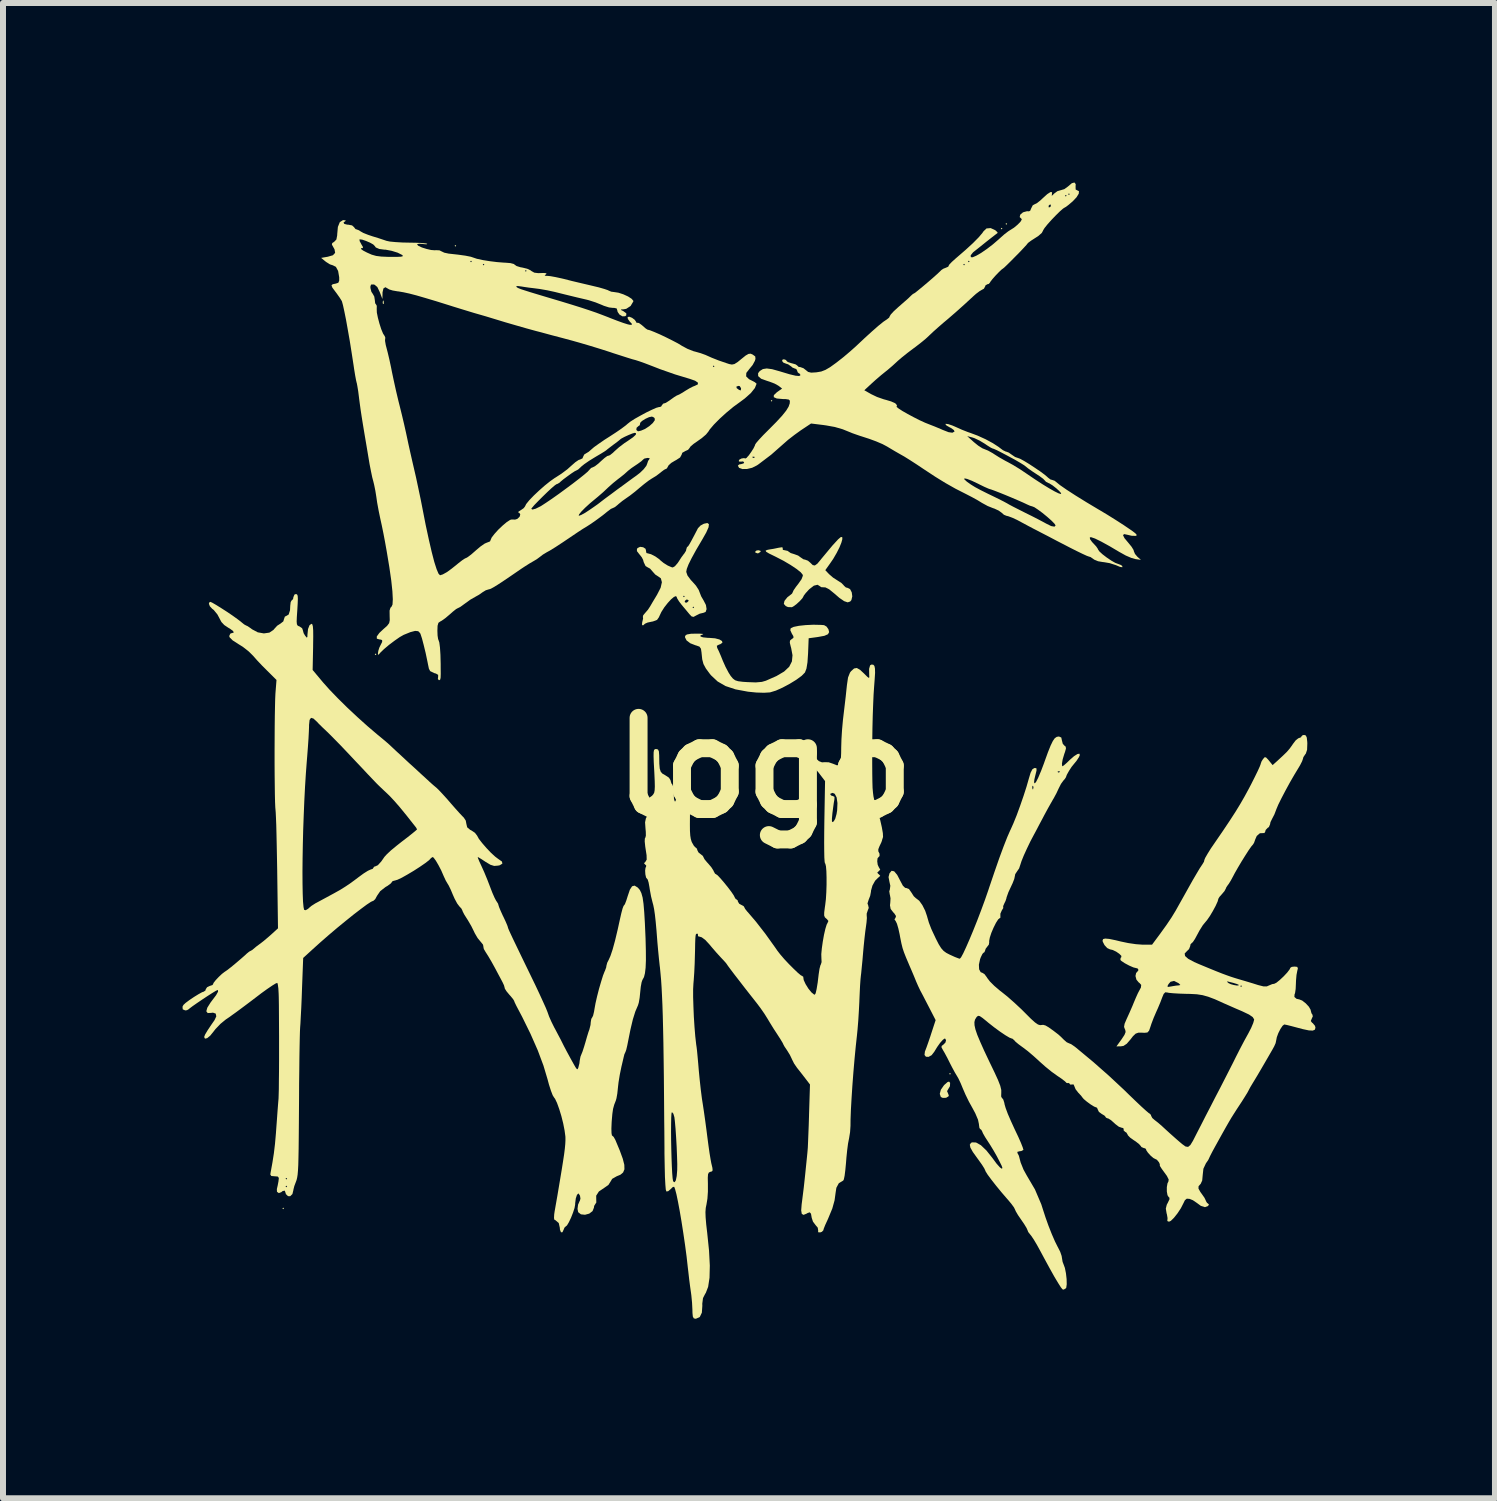
<source format=kicad_pcb>
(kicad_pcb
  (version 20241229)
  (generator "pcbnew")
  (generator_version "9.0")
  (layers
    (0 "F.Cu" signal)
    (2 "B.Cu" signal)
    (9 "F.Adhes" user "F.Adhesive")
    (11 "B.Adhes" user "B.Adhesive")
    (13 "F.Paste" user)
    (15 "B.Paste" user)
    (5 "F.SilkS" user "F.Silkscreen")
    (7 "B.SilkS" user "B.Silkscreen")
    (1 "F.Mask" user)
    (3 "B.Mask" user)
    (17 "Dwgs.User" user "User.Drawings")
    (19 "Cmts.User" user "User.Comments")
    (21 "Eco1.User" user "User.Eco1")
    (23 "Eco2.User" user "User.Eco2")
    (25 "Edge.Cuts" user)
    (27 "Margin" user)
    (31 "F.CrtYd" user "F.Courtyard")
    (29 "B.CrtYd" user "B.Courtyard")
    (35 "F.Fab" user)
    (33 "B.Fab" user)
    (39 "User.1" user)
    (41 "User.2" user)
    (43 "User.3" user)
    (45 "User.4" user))
  (footprint "logo"
    (layer "F.Cu")
    (at 9.727 9.782)
    (property "Reference" "logo" (at 0 0 0) (layer "F.SilkS") (effects (font (size 1.524 1.524) (thickness 0.3))))
    (attr board_only exclude_from_pos_files exclude_from_bom)
    (fp_poly (pts (xy -8.031 7.364) (xy -8.044 7.377) (xy -8.057 7.364) (xy -8.044 7.351)) (stroke (width 0) (type solid)) (fill yes) (layer "F.SilkS"))
    (fp_poly (pts (xy -6.487 -1.896) (xy -6.5 -1.883) (xy -6.513 -1.896) (xy -6.5 -1.91)) (stroke (width 0) (type solid)) (fill yes) (layer "F.SilkS"))
    (fp_poly (pts (xy -5.153 -8.724) (xy -5.166 -8.711) (xy -5.179 -8.724) (xy -5.166 -8.737)) (stroke (width 0) (type solid)) (fill yes) (layer "F.SilkS"))
    (fp_poly (pts (xy 0.131 -6.134) (xy 0.118 -6.121) (xy 0.105 -6.134) (xy 0.118 -6.147)) (stroke (width 0) (type solid)) (fill yes) (layer "F.SilkS"))
    (fp_poly (pts (xy 3.113 5.114) (xy 3.1 5.127) (xy 3.087 5.114) (xy 3.1 5.101)) (stroke (width 0) (type solid)) (fill yes) (layer "F.SilkS"))
    (fp_poly (pts (xy 3.976 -9.012) (xy 3.963 -8.999) (xy 3.95 -9.012) (xy 3.963 -9.025)) (stroke (width 0) (type solid)) (fill yes) (layer "F.SilkS"))
    (fp_poly (pts (xy 4.055 -9.09) (xy 4.042 -9.077) (xy 4.028 -9.09) (xy 4.042 -9.103)) (stroke (width 0) (type solid)) (fill yes) (layer "F.SilkS"))
    (fp_poly (pts (xy -6.365 -7.8) (xy -6.362 -7.759) (xy -6.367 -7.75) (xy -6.379 -7.758) (xy -6.381 -7.784) (xy -6.374 -7.812)) (stroke (width 0) (type solid)) (fill yes) (layer "F.SilkS"))
    (fp_poly (pts (xy -0.067 -3.626) (xy -0.065 -3.61) (xy -0.103 -3.586) (xy -0.119 -3.584) (xy -0.153 -3.598) (xy -0.157 -3.61) (xy -0.135 -3.631) (xy -0.103 -3.636)) (stroke (width 0) (type solid)) (fill yes) (layer "F.SilkS"))
    (fp_poly (pts (xy 3.101 5.265) (xy 3.102 5.268) (xy 3.099 5.322) (xy 3.077 5.359) (xy 3.051 5.404) (xy 3.064 5.434) (xy 3.08 5.475) (xy 3.075 5.491) (xy 3.035 5.515) (xy 2.98 5.517) (xy 2.947 5.502) (xy 2.929 5.45) (xy 2.947 5.381) (xy 2.997 5.309) (xy 3.007 5.298) (xy 3.058 5.253) (xy 3.085 5.244)) (stroke (width 0) (type solid)) (fill yes) (layer "F.SilkS"))
    (fp_poly (pts (xy 1.301 -3.823) (xy 1.285 -3.764) (xy 1.253 -3.684) (xy 1.206 -3.591) (xy 1.148 -3.491) (xy 1.093 -3.411) (xy 1.016 -3.303) (xy 1.077 -3.238) (xy 1.145 -3.179) (xy 1.223 -3.129) (xy 1.224 -3.128) (xy 1.285 -3.089) (xy 1.323 -3.051) (xy 1.325 -3.046) (xy 1.36 -3.014) (xy 1.386 -3.008) (xy 1.43 -2.986) (xy 1.458 -2.932) (xy 1.467 -2.865) (xy 1.452 -2.803) (xy 1.432 -2.779) (xy 1.39 -2.765) (xy 1.331 -2.785) (xy 1.251 -2.84) (xy 1.168 -2.912) (xy 1.082 -2.982) (xy 1.018 -3.015) (xy 0.994 -3.016) (xy 0.947 -3.019) (xy 0.93 -3.032) (xy 0.887 -3.059) (xy 0.825 -3.044) (xy 0.75 -2.986) (xy 0.738 -2.974) (xy 0.688 -2.919) (xy 0.658 -2.88) (xy 0.654 -2.871) (xy 0.635 -2.836) (xy 0.589 -2.785) (xy 0.532 -2.733) (xy 0.478 -2.694) (xy 0.456 -2.684) (xy 0.393 -2.686) (xy 0.355 -2.703) (xy 0.323 -2.739) (xy 0.332 -2.783) (xy 0.337 -2.794) (xy 0.383 -2.851) (xy 0.419 -2.878) (xy 0.46 -2.911) (xy 0.471 -2.933) (xy 0.486 -2.967) (xy 0.526 -3.025) (xy 0.563 -3.072) (xy 0.619 -3.152) (xy 0.641 -3.21) (xy 0.639 -3.226) (xy 0.605 -3.268) (xy 0.533 -3.325) (xy 0.434 -3.391) (xy 0.317 -3.46) (xy 0.193 -3.524) (xy 0.169 -3.536) (xy 0.075 -3.582) (xy 0.026 -3.612) (xy 0.019 -3.631) (xy 0.051 -3.643) (xy 0.083 -3.649) (xy 0.152 -3.66) (xy 0.233 -3.677) (xy 0.233 -3.677) (xy 0.292 -3.686) (xy 0.307 -3.675) (xy 0.303 -3.666) (xy 0.307 -3.642) (xy 0.337 -3.636) (xy 0.387 -3.625) (xy 0.404 -3.612) (xy 0.438 -3.589) (xy 0.496 -3.571) (xy 0.562 -3.547) (xy 0.603 -3.517) (xy 0.652 -3.484) (xy 0.678 -3.479) (xy 0.726 -3.461) (xy 0.766 -3.427) (xy 0.806 -3.388) (xy 0.841 -3.381) (xy 0.883 -3.411) (xy 0.941 -3.48) (xy 0.945 -3.486) (xy 1.133 -3.712) (xy 1.229 -3.817) (xy 1.275 -3.856) (xy 1.299 -3.856)) (stroke (width 0) (type solid)) (fill yes) (layer "F.SilkS"))
    (fp_poly (pts (xy 0.946 -2.388) (xy 0.996 -2.384) (xy 1.037 -2.36) (xy 1.068 -2.316) (xy 1.08 -2.267) (xy 1.06 -2.232) (xy 1.001 -2.206) (xy 0.898 -2.187) (xy 0.871 -2.183) (xy 0.738 -2.165) (xy 0.728 -1.911) (xy 0.718 -1.762) (xy 0.701 -1.658) (xy 0.677 -1.596) (xy 0.676 -1.593) (xy 0.621 -1.537) (xy 0.531 -1.471) (xy 0.42 -1.403) (xy 0.302 -1.34) (xy 0.19 -1.29) (xy 0.098 -1.262) (xy 0.089 -1.26) (xy -0.009 -1.254) (xy -0.138 -1.258) (xy -0.276 -1.272) (xy -0.485 -1.311) (xy -0.651 -1.366) (xy -0.784 -1.443) (xy -0.893 -1.545) (xy -0.913 -1.569) (xy -0.98 -1.66) (xy -1.02 -1.734) (xy -1.041 -1.813) (xy -1.052 -1.919) (xy -1.052 -1.922) (xy -1.062 -1.99) (xy -1.087 -2.025) (xy -1.143 -2.045) (xy -1.155 -2.048) (xy -1.24 -2.081) (xy -1.302 -2.128) (xy -1.329 -2.181) (xy -1.326 -2.206) (xy -1.298 -2.228) (xy -1.229 -2.24) (xy -1.147 -2.242) (xy -1.07 -2.241) (xy -1.027 -2.237) (xy -1.026 -2.231) (xy -1.027 -2.231) (xy -1.071 -2.213) (xy -1.069 -2.194) (xy -1.027 -2.18) (xy -0.951 -2.172) (xy -0.921 -2.171) (xy -0.827 -2.164) (xy -0.754 -2.145) (xy -0.711 -2.119) (xy -0.703 -2.091) (xy -0.738 -2.066) (xy -0.76 -2.059) (xy -0.797 -2.039) (xy -0.79 -2.002) (xy -0.787 -1.997) (xy -0.763 -1.948) (xy -0.729 -1.869) (xy -0.696 -1.787) (xy -0.651 -1.686) (xy -0.6 -1.59) (xy -0.565 -1.535) (xy -0.528 -1.491) (xy -0.491 -1.463) (xy -0.441 -1.447) (xy -0.363 -1.437) (xy -0.285 -1.432) (xy -0.146 -1.427) (xy -0.044 -1.436) (xy 0.022 -1.455) (xy 0.199 -1.533) (xy 0.328 -1.609) (xy 0.413 -1.689) (xy 0.458 -1.778) (xy 0.468 -1.881) (xy 0.445 -2.004) (xy 0.44 -2.02) (xy 0.423 -2.089) (xy 0.426 -2.126) (xy 0.452 -2.149) (xy 0.454 -2.15) (xy 0.484 -2.172) (xy 0.482 -2.2) (xy 0.457 -2.242) (xy 0.431 -2.3) (xy 0.438 -2.332) (xy 0.487 -2.355) (xy 0.575 -2.373) (xy 0.689 -2.385) (xy 0.817 -2.391)) (stroke (width 0) (type solid)) (fill yes) (layer "F.SilkS"))
    (fp_poly (pts (xy -0.929 -4.072) (xy -0.935 -4.02) (xy -0.974 -3.932) (xy -1.041 -3.814) (xy -1.144 -3.639) (xy -1.219 -3.502) (xy -1.27 -3.399) (xy -1.299 -3.324) (xy -1.308 -3.274) (xy -1.287 -3.213) (xy -1.231 -3.138) (xy -1.207 -3.113) (xy -1.145 -3.043) (xy -1.1 -2.973) (xy -1.088 -2.942) (xy -1.058 -2.865) (xy -1.018 -2.797) (xy -0.979 -2.721) (xy -0.968 -2.652) (xy -0.984 -2.605) (xy -1.021 -2.59) (xy -1.082 -2.576) (xy -1.138 -2.548) (xy -1.186 -2.522) (xy -1.219 -2.53) (xy -1.254 -2.567) (xy -1.303 -2.626) (xy -1.349 -2.681) (xy -1.203 -2.681) (xy -1.19 -2.668) (xy -1.177 -2.681) (xy -1.19 -2.694) (xy -1.203 -2.681) (xy -1.349 -2.681) (xy -1.365 -2.7) (xy -1.385 -2.724) (xy -1.422 -2.772) (xy -1.334 -2.772) (xy -1.315 -2.759) (xy -1.295 -2.763) (xy -1.269 -2.788) (xy -1.271 -2.802) (xy -1.299 -2.814) (xy -1.328 -2.793) (xy -1.334 -2.772) (xy -1.422 -2.772) (xy -1.432 -2.786) (xy -1.461 -2.834) (xy -1.465 -2.848) (xy -1.475 -2.864) (xy -1.36 -2.864) (xy -1.347 -2.851) (xy -1.334 -2.864) (xy -1.347 -2.877) (xy -1.36 -2.864) (xy -1.475 -2.864) (xy -1.478 -2.87) (xy -1.513 -2.856) (xy -1.562 -2.815) (xy -1.618 -2.754) (xy -1.675 -2.681) (xy -1.724 -2.604) (xy -1.759 -2.53) (xy -1.764 -2.517) (xy -1.796 -2.472) (xy -1.864 -2.446) (xy -1.886 -2.442) (xy -1.955 -2.427) (xy -1.998 -2.408) (xy -2.003 -2.403) (xy -2.032 -2.378) (xy -2.048 -2.393) (xy -2.043 -2.439) (xy -2.041 -2.443) (xy -2.029 -2.496) (xy -2.033 -2.521) (xy -2.028 -2.548) (xy -1.999 -2.583) (xy -1.948 -2.642) (xy -1.91 -2.7) (xy -1.873 -2.764) (xy -1.823 -2.847) (xy -1.796 -2.892) (xy -1.736 -3.009) (xy -1.715 -3.101) (xy -1.732 -3.166) (xy -1.769 -3.193) (xy -1.827 -3.231) (xy -1.872 -3.282) (xy -1.913 -3.329) (xy -1.949 -3.348) (xy -1.988 -3.372) (xy -2.019 -3.437) (xy -2.029 -3.475) (xy -2.051 -3.518) (xy -2.094 -3.572) (xy -2.095 -3.573) (xy -2.132 -3.621) (xy -2.132 -3.657) (xy -2.121 -3.673) (xy -2.079 -3.693) (xy -2.028 -3.686) (xy -1.988 -3.66) (xy -1.979 -3.622) (xy -1.98 -3.62) (xy -1.973 -3.589) (xy -1.951 -3.584) (xy -1.896 -3.569) (xy -1.824 -3.532) (xy -1.759 -3.486) (xy -1.74 -3.467) (xy -1.686 -3.423) (xy -1.617 -3.38) (xy -1.555 -3.353) (xy -1.533 -3.348) (xy -1.497 -3.369) (xy -1.452 -3.421) (xy -1.435 -3.446) (xy -1.39 -3.516) (xy -1.351 -3.569) (xy -1.342 -3.579) (xy -1.312 -3.627) (xy -1.308 -3.649) (xy -1.296 -3.687) (xy -1.288 -3.693) (xy -1.274 -3.706) (xy -1.252 -3.741) (xy -1.217 -3.804) (xy -1.165 -3.902) (xy -1.112 -4.004) (xy -1.069 -4.049) (xy -1.013 -4.079) (xy -0.955 -4.091)) (stroke (width 0) (type solid)) (fill yes) (layer "F.SilkS"))
    (fp_poly (pts (xy 5.201 -9.755) (xy 5.199 -9.718) (xy 5.2 -9.665) (xy 5.222 -9.653) (xy 5.255 -9.637) (xy 5.252 -9.595) (xy 5.215 -9.535) (xy 5.149 -9.465) (xy 5.147 -9.464) (xy 5.084 -9.41) (xy 5.037 -9.374) (xy 5.02 -9.365) (xy 4.99 -9.346) (xy 4.935 -9.298) (xy 4.867 -9.231) (xy 4.795 -9.156) (xy 4.729 -9.082) (xy 4.68 -9.021) (xy 4.656 -8.982) (xy 4.656 -8.979) (xy 4.634 -8.939) (xy 4.576 -8.888) (xy 4.525 -8.855) (xy 4.455 -8.81) (xy 4.408 -8.775) (xy 4.395 -8.761) (xy 4.378 -8.739) (xy 4.333 -8.69) (xy 4.269 -8.622) (xy 4.195 -8.547) (xy 4.12 -8.471) (xy 4.055 -8.407) (xy 4.007 -8.361) (xy 3.987 -8.345) (xy 3.962 -8.327) (xy 3.915 -8.282) (xy 3.86 -8.225) (xy 3.809 -8.167) (xy 3.775 -8.123) (xy 3.767 -8.108) (xy 3.746 -8.086) (xy 3.728 -8.083) (xy 3.693 -8.063) (xy 3.688 -8.046) (xy 3.667 -8.007) (xy 3.641 -7.993) (xy 3.596 -7.967) (xy 3.531 -7.918) (xy 3.489 -7.88) (xy 3.339 -7.742) (xy 3.206 -7.623) (xy 3.07 -7.505) (xy 2.996 -7.443) (xy 2.906 -7.365) (xy 2.823 -7.291) (xy 2.761 -7.233) (xy 2.748 -7.22) (xy 2.696 -7.172) (xy 2.616 -7.106) (xy 2.522 -7.033) (xy 2.485 -7.006) (xy 2.387 -6.932) (xy 2.296 -6.859) (xy 2.227 -6.8) (xy 2.21 -6.784) (xy 2.139 -6.719) (xy 2.055 -6.647) (xy 2.027 -6.625) (xy 1.949 -6.562) (xy 1.857 -6.483) (xy 1.795 -6.427) (xy 1.668 -6.31) (xy 1.782 -6.245) (xy 1.88 -6.198) (xy 1.992 -6.159) (xy 2.033 -6.148) (xy 2.116 -6.123) (xy 2.179 -6.095) (xy 2.199 -6.08) (xy 2.216 -6.049) (xy 2.21 -6.043) (xy 2.207 -6.032) (xy 2.242 -6.004) (xy 2.307 -5.962) (xy 2.393 -5.913) (xy 2.49 -5.861) (xy 2.59 -5.81) (xy 2.684 -5.767) (xy 2.747 -5.742) (xy 2.849 -5.702) (xy 2.954 -5.658) (xy 2.976 -5.648) (xy 3.076 -5.609) (xy 3.14 -5.6) (xy 3.175 -5.619) (xy 3.176 -5.621) (xy 3.164 -5.645) (xy 3.117 -5.679) (xy 3.093 -5.691) (xy 3.041 -5.721) (xy 3.023 -5.744) (xy 3.029 -5.749) (xy 3.07 -5.744) (xy 3.139 -5.721) (xy 3.199 -5.695) (xy 3.297 -5.651) (xy 3.396 -5.612) (xy 3.44 -5.597) (xy 3.563 -5.551) (xy 3.695 -5.491) (xy 3.817 -5.425) (xy 3.912 -5.363) (xy 3.926 -5.352) (xy 3.985 -5.308) (xy 4.032 -5.285) (xy 4.04 -5.284) (xy 4.082 -5.268) (xy 4.133 -5.232) (xy 4.189 -5.194) (xy 4.233 -5.179) (xy 4.271 -5.165) (xy 4.339 -5.128) (xy 4.426 -5.075) (xy 4.52 -5.013) (xy 4.61 -4.952) (xy 4.684 -4.897) (xy 4.731 -4.857) (xy 4.735 -4.852) (xy 4.779 -4.819) (xy 4.801 -4.813) (xy 4.849 -4.797) (xy 4.87 -4.78) (xy 4.939 -4.724) (xy 5.05 -4.647) (xy 5.198 -4.551) (xy 5.379 -4.439) (xy 5.588 -4.314) (xy 5.602 -4.306) (xy 5.729 -4.23) (xy 5.873 -4.14) (xy 6.008 -4.053) (xy 6.04 -4.031) (xy 6.139 -3.964) (xy 6.198 -3.919) (xy 6.221 -3.892) (xy 6.213 -3.878) (xy 6.202 -3.876) (xy 6.135 -3.878) (xy 6.067 -3.894) (xy 6.009 -3.906) (xy 5.992 -3.887) (xy 6.016 -3.838) (xy 6.082 -3.759) (xy 6.135 -3.694) (xy 6.168 -3.64) (xy 6.173 -3.619) (xy 6.192 -3.574) (xy 6.232 -3.527) (xy 6.291 -3.475) (xy 6.199 -3.488) (xy 6.13 -3.508) (xy 6.037 -3.548) (xy 5.942 -3.601) (xy 5.941 -3.601) (xy 5.767 -3.704) (xy 5.627 -3.781) (xy 5.523 -3.832) (xy 5.458 -3.854) (xy 5.437 -3.851) (xy 5.44 -3.822) (xy 5.474 -3.774) (xy 5.493 -3.754) (xy 5.543 -3.7) (xy 5.571 -3.659) (xy 5.573 -3.651) (xy 5.595 -3.618) (xy 5.648 -3.569) (xy 5.72 -3.514) (xy 5.797 -3.462) (xy 5.864 -3.424) (xy 5.897 -3.412) (xy 5.953 -3.391) (xy 5.979 -3.372) (xy 5.981 -3.352) (xy 5.944 -3.357) (xy 5.866 -3.389) (xy 5.86 -3.391) (xy 5.77 -3.42) (xy 5.671 -3.437) (xy 5.657 -3.438) (xy 5.575 -3.452) (xy 5.51 -3.479) (xy 5.498 -3.488) (xy 5.449 -3.522) (xy 5.419 -3.531) (xy 5.386 -3.543) (xy 5.316 -3.575) (xy 5.217 -3.623) (xy 5.098 -3.683) (xy 5.029 -3.719) (xy 4.887 -3.792) (xy 4.747 -3.866) (xy 4.621 -3.931) (xy 4.523 -3.982) (xy 4.499 -3.994) (xy 4.41 -4.041) (xy 4.336 -4.081) (xy 4.291 -4.105) (xy 4.29 -4.106) (xy 4.22 -4.143) (xy 4.142 -4.179) (xy 4.075 -4.204) (xy 4.042 -4.212) (xy 4.001 -4.229) (xy 3.967 -4.26) (xy 3.913 -4.299) (xy 3.837 -4.334) (xy 3.822 -4.338) (xy 3.73 -4.375) (xy 3.64 -4.424) (xy 3.633 -4.428) (xy 3.563 -4.471) (xy 3.467 -4.524) (xy 3.374 -4.572) (xy 3.193 -4.664) (xy 3.025 -4.759) (xy 2.919 -4.824) (xy 3.337 -4.824) (xy 3.374 -4.789) (xy 3.385 -4.78) (xy 3.448 -4.735) (xy 3.519 -4.691) (xy 3.61 -4.642) (xy 3.732 -4.581) (xy 3.819 -4.539) (xy 3.915 -4.492) (xy 3.996 -4.451) (xy 4.048 -4.423) (xy 4.055 -4.419) (xy 4.093 -4.397) (xy 4.167 -4.358) (xy 4.266 -4.308) (xy 4.355 -4.263) (xy 4.472 -4.205) (xy 4.581 -4.149) (xy 4.668 -4.103) (xy 4.708 -4.081) (xy 4.791 -4.04) (xy 4.846 -4.03) (xy 4.865 -4.05) (xy 4.865 -4.05) (xy 4.846 -4.08) (xy 4.795 -4.132) (xy 4.725 -4.194) (xy 4.646 -4.259) (xy 4.57 -4.315) (xy 4.51 -4.355) (xy 4.477 -4.368) (xy 4.437 -4.38) (xy 4.378 -4.406) (xy 4.377 -4.407) (xy 4.319 -4.434) (xy 4.232 -4.472) (xy 4.129 -4.516) (xy 4.021 -4.561) (xy 3.919 -4.602) (xy 3.836 -4.634) (xy 3.783 -4.653) (xy 3.771 -4.656) (xy 3.74 -4.667) (xy 3.674 -4.696) (xy 3.588 -4.738) (xy 3.569 -4.748) (xy 3.463 -4.798) (xy 3.386 -4.828) (xy 3.343 -4.837) (xy 3.337 -4.824) (xy 2.919 -4.824) (xy 2.853 -4.865) (xy 2.66 -4.992) (xy 2.545 -5.069) (xy 2.432 -5.142) (xy 2.336 -5.202) (xy 2.281 -5.233) (xy 2.183 -5.289) (xy 2.082 -5.349) (xy 2.049 -5.369) (xy 1.972 -5.41) (xy 1.864 -5.456) (xy 1.747 -5.499) (xy 1.722 -5.507) (xy 1.617 -5.541) (xy 1.609 -5.543) (xy 3.388 -5.543) (xy 3.499 -5.443) (xy 3.572 -5.384) (xy 3.641 -5.34) (xy 3.675 -5.326) (xy 3.737 -5.301) (xy 3.814 -5.258) (xy 3.838 -5.242) (xy 3.922 -5.189) (xy 4.022 -5.132) (xy 4.068 -5.108) (xy 4.157 -5.059) (xy 4.265 -4.993) (xy 4.368 -4.924) (xy 4.368 -4.924) (xy 4.514 -4.825) (xy 4.646 -4.739) (xy 4.759 -4.67) (xy 4.851 -4.618) (xy 4.917 -4.586) (xy 4.954 -4.576) (xy 4.958 -4.589) (xy 4.924 -4.627) (xy 4.879 -4.669) (xy 4.814 -4.72) (xy 4.761 -4.753) (xy 4.743 -4.76) (xy 4.703 -4.781) (xy 4.69 -4.796) (xy 4.657 -4.83) (xy 4.595 -4.876) (xy 4.552 -4.904) (xy 4.473 -4.956) (xy 4.405 -5.004) (xy 4.382 -5.023) (xy 4.34 -5.056) (xy 4.274 -5.097) (xy 4.179 -5.152) (xy 4.047 -5.223) (xy 3.95 -5.274) (xy 3.879 -5.31) (xy 3.828 -5.332) (xy 3.813 -5.336) (xy 3.783 -5.35) (xy 3.725 -5.386) (xy 3.683 -5.415) (xy 3.597 -5.467) (xy 3.511 -5.508) (xy 3.479 -5.519) (xy 3.388 -5.543) (xy 1.609 -5.543) (xy 1.525 -5.572) (xy 1.463 -5.594) (xy 1.452 -5.599) (xy 1.306 -5.658) (xy 1.175 -5.696) (xy 1.03 -5.722) (xy 0.989 -5.728) (xy 0.778 -5.754) (xy 0.605 -5.639) (xy 0.501 -5.564) (xy 0.395 -5.482) (xy 0.313 -5.41) (xy 0.112 -5.233) (xy -0.099 -5.073) (xy -0.127 -5.054) (xy -0.207 -5.014) (xy -0.292 -4.994) (xy -0.369 -4.993) (xy -0.425 -5.013) (xy -0.445 -5.05) (xy -0.423 -5.07) (xy -0.392 -5.075) (xy -0.35 -5.087) (xy -0.34 -5.104) (xy -0.359 -5.121) (xy -0.378 -5.118) (xy -0.42 -5.117) (xy -0.431 -5.126) (xy -0.422 -5.149) (xy -0.385 -5.169) (xy -0.342 -5.176) (xy -0.321 -5.169) (xy -0.3 -5.179) (xy -0.285 -5.197) (xy -0.201 -5.197) (xy -0.197 -5.181) (xy -0.183 -5.179) (xy -0.162 -5.189) (xy -0.166 -5.197) (xy -0.197 -5.2) (xy -0.201 -5.197) (xy -0.285 -5.197) (xy -0.263 -5.221) (xy -0.221 -5.28) (xy -0.183 -5.34) (xy -0.16 -5.388) (xy -0.157 -5.401) (xy -0.139 -5.429) (xy -0.091 -5.485) (xy -0.021 -5.56) (xy 0.059 -5.64) (xy 0.194 -5.776) (xy 0.294 -5.884) (xy 0.362 -5.969) (xy 0.403 -6.036) (xy 0.422 -6.091) (xy 0.422 -6.095) (xy 0.424 -6.135) (xy 0.406 -6.154) (xy 0.355 -6.162) (xy 0.306 -6.163) (xy 0.205 -6.172) (xy 0.155 -6.194) (xy 0.156 -6.228) (xy 0.205 -6.275) (xy 0.21 -6.279) (xy 0.294 -6.338) (xy 0.232 -6.386) (xy 0.169 -6.421) (xy 0.082 -6.454) (xy 0.044 -6.466) (xy -0.056 -6.502) (xy -0.106 -6.546) (xy -0.107 -6.595) (xy -0.079 -6.631) (xy -0.027 -6.664) (xy 0.038 -6.674) (xy 0.127 -6.662) (xy 0.252 -6.627) (xy 0.265 -6.623) (xy 0.415 -6.578) (xy 0.519 -6.553) (xy 0.58 -6.548) (xy 0.602 -6.563) (xy 0.602 -6.564) (xy 0.583 -6.591) (xy 0.575 -6.592) (xy 0.552 -6.613) (xy 0.549 -6.631) (xy 0.53 -6.666) (xy 0.513 -6.67) (xy 0.467 -6.689) (xy 0.446 -6.708) (xy 0.395 -6.743) (xy 0.36 -6.754) (xy 0.315 -6.772) (xy 0.293 -6.8) (xy 0.303 -6.823) (xy 0.325 -6.827) (xy 0.361 -6.815) (xy 0.366 -6.802) (xy 0.389 -6.782) (xy 0.445 -6.763) (xy 0.458 -6.76) (xy 0.518 -6.743) (xy 0.548 -6.723) (xy 0.549 -6.72) (xy 0.571 -6.7) (xy 0.598 -6.697) (xy 0.651 -6.678) (xy 0.692 -6.646) (xy 0.729 -6.616) (xy 0.78 -6.604) (xy 0.863 -6.609) (xy 0.872 -6.61) (xy 0.948 -6.623) (xy 1.018 -6.65) (xy 1.097 -6.696) (xy 1.201 -6.771) (xy 1.202 -6.772) (xy 1.312 -6.858) (xy 1.427 -6.955) (xy 1.525 -7.042) (xy 1.542 -7.058) (xy 1.675 -7.183) (xy 1.797 -7.294) (xy 1.903 -7.387) (xy 1.986 -7.454) (xy 2.039 -7.49) (xy 2.043 -7.492) (xy 2.083 -7.524) (xy 2.093 -7.547) (xy 2.111 -7.577) (xy 2.161 -7.631) (xy 2.233 -7.697) (xy 2.256 -7.717) (xy 2.336 -7.787) (xy 2.403 -7.846) (xy 2.444 -7.886) (xy 2.449 -7.891) (xy 2.483 -7.921) (xy 2.496 -7.926) (xy 2.521 -7.942) (xy 2.574 -7.985) (xy 2.647 -8.045) (xy 2.73 -8.115) (xy 2.812 -8.186) (xy 2.884 -8.25) (xy 2.935 -8.298) (xy 2.956 -8.319) (xy 2.989 -8.341) (xy 3.03 -8.357) (xy 3.071 -8.375) (xy 3.077 -8.389) (xy 3.088 -8.41) (xy 3.322 -8.41) (xy 3.335 -8.397) (xy 3.348 -8.41) (xy 3.335 -8.423) (xy 3.322 -8.41) (xy 3.088 -8.41) (xy 3.089 -8.411) (xy 3.133 -8.457) (xy 3.139 -8.462) (xy 3.401 -8.462) (xy 3.414 -8.449) (xy 3.427 -8.462) (xy 3.414 -8.475) (xy 3.401 -8.462) (xy 3.139 -8.462) (xy 3.2 -8.517) (xy 3.22 -8.534) (xy 3.361 -8.656) (xy 3.483 -8.768) (xy 3.578 -8.864) (xy 3.641 -8.938) (xy 3.66 -8.966) (xy 3.71 -9.014) (xy 3.78 -9.02) (xy 3.856 -8.985) (xy 3.891 -8.953) (xy 3.896 -8.939) (xy 3.857 -8.909) (xy 3.79 -8.857) (xy 3.706 -8.791) (xy 3.618 -8.72) (xy 3.536 -8.655) (xy 3.486 -8.615) (xy 3.446 -8.566) (xy 3.448 -8.534) (xy 3.478 -8.532) (xy 3.539 -8.558) (xy 3.622 -8.606) (xy 3.718 -8.672) (xy 3.817 -8.748) (xy 3.912 -8.83) (xy 3.934 -8.85) (xy 4.006 -8.914) (xy 4.075 -8.967) (xy 4.105 -8.986) (xy 4.17 -9.027) (xy 4.231 -9.078) (xy 4.278 -9.126) (xy 4.3 -9.163) (xy 4.294 -9.176) (xy 4.265 -9.204) (xy 4.274 -9.244) (xy 4.317 -9.281) (xy 4.331 -9.287) (xy 4.388 -9.302) (xy 4.42 -9.3) (xy 4.441 -9.311) (xy 4.458 -9.352) (xy 4.478 -9.391) (xy 4.748 -9.391) (xy 4.75 -9.367) (xy 4.759 -9.365) (xy 4.786 -9.384) (xy 4.787 -9.391) (xy 4.778 -9.416) (xy 4.775 -9.417) (xy 4.753 -9.399) (xy 4.748 -9.391) (xy 4.478 -9.391) (xy 4.483 -9.401) (xy 4.512 -9.417) (xy 4.55 -9.435) (xy 4.608 -9.48) (xy 4.653 -9.522) (xy 4.726 -9.588) (xy 4.779 -9.622) (xy 4.806 -9.62) (xy 4.803 -9.582) (xy 4.803 -9.581) (xy 4.8 -9.558) (xy 4.803 -9.561) (xy 5.022 -9.561) (xy 5.036 -9.548) (xy 5.049 -9.561) (xy 5.036 -9.574) (xy 5.022 -9.561) (xy 4.803 -9.561) (xy 4.823 -9.578) (xy 4.831 -9.587) (xy 5.075 -9.587) (xy 5.088 -9.574) (xy 5.101 -9.587) (xy 5.088 -9.6) (xy 5.075 -9.587) (xy 4.831 -9.587) (xy 4.837 -9.594) (xy 4.895 -9.637) (xy 4.95 -9.653) (xy 5.011 -9.671) (xy 5.073 -9.716) (xy 5.075 -9.718) (xy 5.136 -9.77) (xy 5.18 -9.782)) (stroke (width 0) (type solid)) (fill yes) (layer "F.SilkS"))
    (fp_poly (pts (xy 1.819 -1.722) (xy 1.837 -1.702) (xy 1.846 -1.659) (xy 1.848 -1.586) (xy 1.841 -1.476) (xy 1.831 -1.343) (xy 1.823 -1.224) (xy 1.816 -1.063) (xy 1.809 -0.874) (xy 1.804 -0.666) (xy 1.801 -0.453) (xy 1.8 -0.289) (xy 1.8 -0.072) (xy 1.801 0.099) (xy 1.803 0.233) (xy 1.806 0.336) (xy 1.813 0.415) (xy 1.821 0.478) (xy 1.833 0.532) (xy 1.849 0.583) (xy 1.851 0.591) (xy 1.895 0.734) (xy 1.933 0.871) (xy 1.961 0.994) (xy 1.978 1.092) (xy 1.981 1.153) (xy 1.979 1.163) (xy 1.965 1.206) (xy 1.963 1.217) (xy 1.952 1.247) (xy 1.926 1.302) (xy 1.924 1.305) (xy 1.902 1.361) (xy 1.902 1.396) (xy 1.903 1.397) (xy 1.922 1.435) (xy 1.923 1.475) (xy 1.907 1.491) (xy 1.889 1.513) (xy 1.884 1.563) (xy 1.892 1.621) (xy 1.913 1.667) (xy 1.916 1.67) (xy 1.934 1.703) (xy 1.909 1.728) (xy 1.884 1.752) (xy 1.904 1.776) (xy 1.91 1.779) (xy 1.934 1.804) (xy 1.913 1.827) (xy 1.903 1.833) (xy 1.849 1.887) (xy 1.804 1.968) (xy 1.78 2.053) (xy 1.779 2.072) (xy 1.766 2.14) (xy 1.742 2.201) (xy 1.721 2.267) (xy 1.732 2.297) (xy 1.742 2.342) (xy 1.727 2.38) (xy 1.708 2.436) (xy 1.708 2.468) (xy 1.711 2.51) (xy 1.705 2.584) (xy 1.697 2.643) (xy 1.685 2.729) (xy 1.671 2.85) (xy 1.657 2.987) (xy 1.648 3.087) (xy 1.637 3.217) (xy 1.625 3.337) (xy 1.616 3.431) (xy 1.61 3.479) (xy 1.604 3.54) (xy 1.597 3.64) (xy 1.591 3.765) (xy 1.585 3.902) (xy 1.585 3.91) (xy 1.577 4.065) (xy 1.567 4.226) (xy 1.555 4.373) (xy 1.545 4.473) (xy 1.525 4.656) (xy 1.505 4.863) (xy 1.486 5.084) (xy 1.469 5.307) (xy 1.455 5.521) (xy 1.444 5.715) (xy 1.438 5.878) (xy 1.437 5.986) (xy 1.43 6.09) (xy 1.413 6.195) (xy 1.41 6.209) (xy 1.396 6.281) (xy 1.382 6.388) (xy 1.369 6.515) (xy 1.362 6.604) (xy 1.351 6.72) (xy 1.339 6.816) (xy 1.326 6.879) (xy 1.315 6.899) (xy 1.242 6.943) (xy 1.201 7.019) (xy 1.189 7.097) (xy 1.171 7.229) (xy 1.133 7.366) (xy 1.068 7.523) (xy 1.052 7.56) (xy 1.015 7.64) (xy 0.99 7.703) (xy 0.983 7.73) (xy 0.959 7.755) (xy 0.931 7.765) (xy 0.896 7.762) (xy 0.897 7.733) (xy 0.89 7.686) (xy 0.856 7.646) (xy 0.81 7.585) (xy 0.789 7.521) (xy 0.777 7.453) (xy 0.756 7.429) (xy 0.718 7.442) (xy 0.702 7.452) (xy 0.652 7.472) (xy 0.623 7.455) (xy 0.613 7.397) (xy 0.621 7.294) (xy 0.626 7.257) (xy 0.639 7.153) (xy 0.656 7.017) (xy 0.672 6.87) (xy 0.682 6.775) (xy 0.695 6.647) (xy 0.707 6.531) (xy 0.716 6.441) (xy 0.72 6.396) (xy 0.724 6.346) (xy 0.728 6.253) (xy 0.733 6.127) (xy 0.739 5.977) (xy 0.744 5.814) (xy 0.744 5.805) (xy 0.76 5.293) (xy 0.682 5.191) (xy 0.62 5.111) (xy 0.561 5.036) (xy 0.544 5.015) (xy 0.494 4.942) (xy 0.458 4.87) (xy 0.458 4.869) (xy 0.424 4.798) (xy 0.377 4.722) (xy 0.373 4.716) (xy 0.335 4.66) (xy 0.315 4.624) (xy 0.314 4.62) (xy 0.3 4.592) (xy 0.265 4.534) (xy 0.216 4.458) (xy 0.152 4.36) (xy 0.089 4.258) (xy 0.052 4.196) (xy -0.001 4.111) (xy -0.07 4.012) (xy -0.122 3.943) (xy -0.225 3.812) (xy -0.327 3.682) (xy -0.421 3.56) (xy -0.504 3.453) (xy -0.569 3.367) (xy -0.612 3.309) (xy -0.628 3.285) (xy -0.628 3.285) (xy -0.644 3.263) (xy -0.687 3.215) (xy -0.726 3.174) (xy -0.801 3.092) (xy -0.883 2.997) (xy -0.923 2.949) (xy -0.991 2.876) (xy -1.049 2.833) (xy -1.075 2.825) (xy -1.111 2.815) (xy -1.112 2.799) (xy -1.114 2.775) (xy -1.123 2.773) (xy -1.137 2.774) (xy -1.146 2.782) (xy -1.152 2.807) (xy -1.156 2.855) (xy -1.159 2.935) (xy -1.161 3.056) (xy -1.163 3.126) (xy -1.167 3.27) (xy -1.174 3.419) (xy -1.183 3.55) (xy -1.188 3.607) (xy -1.193 3.7) (xy -1.193 3.831) (xy -1.188 3.989) (xy -1.181 4.16) (xy -1.17 4.331) (xy -1.157 4.489) (xy -1.142 4.622) (xy -1.135 4.669) (xy -1.128 4.726) (xy -1.119 4.821) (xy -1.108 4.942) (xy -1.098 5.062) (xy -1.083 5.215) (xy -1.065 5.379) (xy -1.046 5.529) (xy -1.033 5.611) (xy -1.014 5.736) (xy -0.992 5.891) (xy -0.97 6.055) (xy -0.955 6.173) (xy -0.937 6.31) (xy -0.919 6.437) (xy -0.902 6.54) (xy -0.89 6.605) (xy -0.871 6.685) (xy -0.867 6.727) (xy -0.878 6.745) (xy -0.907 6.753) (xy -0.909 6.754) (xy -0.931 6.765) (xy -0.944 6.794) (xy -0.948 6.852) (xy -0.946 6.951) (xy -0.946 6.965) (xy -0.946 7.084) (xy -0.954 7.201) (xy -0.969 7.292) (xy -0.969 7.293) (xy -0.982 7.356) (xy -0.987 7.426) (xy -0.984 7.514) (xy -0.974 7.633) (xy -0.958 7.77) (xy -0.927 8.07) (xy -0.914 8.32) (xy -0.919 8.522) (xy -0.942 8.674) (xy -0.982 8.778) (xy -0.991 8.79) (xy -1.028 8.863) (xy -1.04 8.956) (xy -1.039 8.992) (xy -1.047 9.106) (xy -1.082 9.179) (xy -1.144 9.207) (xy -1.154 9.208) (xy -1.182 9.201) (xy -1.198 9.171) (xy -1.204 9.108) (xy -1.205 9.057) (xy -1.211 8.939) (xy -1.223 8.814) (xy -1.23 8.763) (xy -1.243 8.672) (xy -1.259 8.549) (xy -1.274 8.416) (xy -1.281 8.358) (xy -1.302 8.17) (xy -1.328 7.974) (xy -1.357 7.776) (xy -1.387 7.584) (xy -1.417 7.407) (xy -1.446 7.252) (xy -1.472 7.127) (xy -1.495 7.04) (xy -1.509 7.003) (xy -1.532 7.006) (xy -1.567 7.04) (xy -1.609 7.076) (xy -1.64 7.081) (xy -1.65 7.049) (xy -1.657 6.967) (xy -1.664 6.837) (xy -1.668 6.66) (xy -1.672 6.44) (xy -1.672 6.351) (xy -1.674 6.076) (xy -1.562 6.076) (xy -1.561 6.219) (xy -1.558 6.37) (xy -1.554 6.517) (xy -1.549 6.654) (xy -1.543 6.771) (xy -1.536 6.858) (xy -1.528 6.907) (xy -1.526 6.913) (xy -1.502 6.927) (xy -1.482 6.895) (xy -1.467 6.822) (xy -1.459 6.721) (xy -1.458 6.623) (xy -1.462 6.49) (xy -1.468 6.336) (xy -1.477 6.178) (xy -1.487 6.03) (xy -1.498 5.908) (xy -1.506 5.84) (xy -1.523 5.782) (xy -1.546 5.755) (xy -1.548 5.755) (xy -1.555 5.78) (xy -1.559 5.847) (xy -1.561 5.949) (xy -1.562 6.076) (xy -1.674 6.076) (xy -1.676 5.908) (xy -1.679 5.515) (xy -1.682 5.166) (xy -1.686 4.859) (xy -1.69 4.589) (xy -1.695 4.353) (xy -1.7 4.147) (xy -1.706 3.967) (xy -1.713 3.81) (xy -1.72 3.671) (xy -1.728 3.549) (xy -1.738 3.437) (xy -1.748 3.333) (xy -1.751 3.313) (xy -1.765 3.183) (xy -1.778 3.05) (xy -1.788 2.939) (xy -1.79 2.917) (xy -1.805 2.721) (xy -1.819 2.568) (xy -1.832 2.452) (xy -1.845 2.363) (xy -1.859 2.294) (xy -1.871 2.25) (xy -1.896 2.149) (xy -1.917 2.035) (xy -1.923 1.995) (xy -1.937 1.918) (xy -1.952 1.868) (xy -1.961 1.857) (xy -1.979 1.835) (xy -1.991 1.782) (xy -1.995 1.72) (xy -1.989 1.671) (xy -1.98 1.656) (xy -1.977 1.633) (xy -1.992 1.619) (xy -2.014 1.595) (xy -1.992 1.573) (xy -1.969 1.535) (xy -1.971 1.461) (xy -1.973 1.448) (xy -1.993 1.318) (xy -2.002 1.231) (xy -2 1.182) (xy -1.991 1.166) (xy -1.983 1.135) (xy -1.984 1.07) (xy -1.989 1.015) (xy -1.996 0.911) (xy -1.982 0.843) (xy -1.971 0.825) (xy -1.939 0.738) (xy -1.946 0.644) (xy -1.974 0.587) (xy -2.009 0.532) (xy -2.005 0.508) (xy -1.977 0.513) (xy -1.934 0.506) (xy -1.883 0.47) (xy -1.882 0.47) (xy -1.86 0.445) (xy -1.844 0.417) (xy -1.836 0.376) (xy -1.833 0.314) (xy -1.835 0.221) (xy -1.841 0.087) (xy -1.843 0.049) (xy -1.851 -0.095) (xy -1.854 -0.195) (xy -1.853 -0.259) (xy -1.847 -0.294) (xy -1.834 -0.31) (xy -1.816 -0.314) (xy -1.811 -0.314) (xy -1.78 -0.306) (xy -1.765 -0.274) (xy -1.76 -0.205) (xy -1.76 -0.19) (xy -1.758 -0.068) (xy -1.751 0.013) (xy -1.735 0.064) (xy -1.708 0.096) (xy -1.664 0.121) (xy -1.658 0.125) (xy -1.597 0.165) (xy -1.57 0.208) (xy -1.57 0.213) (xy -1.556 0.261) (xy -1.543 0.275) (xy -1.529 0.308) (xy -1.519 0.376) (xy -1.517 0.435) (xy -1.513 0.519) (xy -1.501 0.56) (xy -1.491 0.562) (xy -1.477 0.529) (xy -1.467 0.461) (xy -1.465 0.392) (xy -1.461 0.307) (xy -1.451 0.245) (xy -1.441 0.224) (xy -1.431 0.208) (xy -1.423 0.171) (xy -1.417 0.106) (xy -1.412 0.005) (xy -1.409 -0.137) (xy -1.407 -0.227) (xy -1.393 -0.297) (xy -1.359 -0.328) (xy -1.317 -0.318) (xy -1.291 -0.273) (xy -1.27 -0.18) (xy -1.254 -0.042) (xy -1.244 0.137) (xy -1.24 0.354) (xy -1.243 0.604) (xy -1.243 0.612) (xy -1.246 0.801) (xy -1.247 0.946) (xy -1.246 1.054) (xy -1.241 1.132) (xy -1.232 1.188) (xy -1.22 1.229) (xy -1.213 1.246) (xy -1.18 1.304) (xy -1.152 1.333) (xy -1.148 1.334) (xy -1.127 1.355) (xy -1.125 1.372) (xy -1.104 1.414) (xy -1.073 1.439) (xy -1.031 1.472) (xy -1.02 1.494) (xy -1.003 1.528) (xy -0.96 1.58) (xy -0.943 1.598) (xy -0.89 1.66) (xy -0.854 1.716) (xy -0.85 1.727) (xy -0.827 1.769) (xy -0.81 1.779) (xy -0.783 1.798) (xy -0.735 1.849) (xy -0.675 1.919) (xy -0.612 1.997) (xy -0.555 2.072) (xy -0.514 2.133) (xy -0.497 2.167) (xy -0.497 2.168) (xy -0.479 2.196) (xy -0.471 2.197) (xy -0.447 2.218) (xy -0.445 2.235) (xy -0.423 2.272) (xy -0.392 2.289) (xy -0.35 2.311) (xy -0.34 2.326) (xy -0.324 2.358) (xy -0.285 2.407) (xy -0.281 2.41) (xy -0.142 2.573) (xy 0.015 2.775) (xy 0.183 3.01) (xy 0.218 3.061) (xy 0.265 3.121) (xy 0.331 3.198) (xy 0.408 3.28) (xy 0.486 3.358) (xy 0.555 3.424) (xy 0.606 3.467) (xy 0.629 3.479) (xy 0.649 3.494) (xy 0.648 3.499) (xy 0.655 3.547) (xy 0.687 3.616) (xy 0.733 3.69) (xy 0.784 3.753) (xy 0.828 3.789) (xy 0.84 3.792) (xy 0.855 3.768) (xy 0.871 3.698) (xy 0.889 3.588) (xy 0.906 3.445) (xy 0.907 3.44) (xy 0.919 3.36) (xy 0.934 3.302) (xy 0.942 3.286) (xy 0.954 3.247) (xy 0.951 3.183) (xy 0.951 3.182) (xy 0.949 3.115) (xy 0.958 3.018) (xy 0.974 2.905) (xy 0.994 2.792) (xy 1.017 2.692) (xy 1.039 2.62) (xy 1.052 2.596) (xy 1.068 2.56) (xy 1.04 2.526) (xy 1.034 2.522) (xy 1.009 2.499) (xy 0.997 2.468) (xy 0.998 2.416) (xy 1.009 2.329) (xy 1.014 2.296) (xy 1.026 2.196) (xy 1.033 2.079) (xy 1.037 1.954) (xy 1.037 1.833) (xy 1.034 1.727) (xy 1.027 1.646) (xy 1.016 1.601) (xy 1.01 1.596) (xy 1.005 1.571) (xy 1 1.5) (xy 0.998 1.39) (xy 0.997 1.247) (xy 0.998 1.079) (xy 1 0.909) (xy 1.008 0.445) (xy 1.099 0.445) (xy 1.12 0.467) (xy 1.141 0.471) (xy 1.17 0.486) (xy 1.168 0.53) (xy 1.158 0.586) (xy 1.146 0.674) (xy 1.135 0.759) (xy 1.127 0.848) (xy 1.127 0.895) (xy 1.136 0.908) (xy 1.157 0.895) (xy 1.182 0.851) (xy 1.204 0.772) (xy 1.214 0.71) (xy 1.219 0.589) (xy 1.205 0.494) (xy 1.174 0.435) (xy 1.139 0.419) (xy 1.103 0.432) (xy 1.099 0.445) (xy 1.008 0.445) (xy 1.012 0.222) (xy 0.902 0.078) (xy 0.825 -0.013) (xy 0.729 -0.117) (xy 0.634 -0.21) (xy 0.631 -0.213) (xy 0.538 -0.306) (xy 0.485 -0.377) (xy 0.472 -0.424) (xy 0.501 -0.444) (xy 0.512 -0.445) (xy 0.549 -0.428) (xy 0.612 -0.382) (xy 0.688 -0.318) (xy 0.714 -0.294) (xy 0.793 -0.221) (xy 0.86 -0.158) (xy 0.903 -0.117) (xy 0.91 -0.111) (xy 0.961 -0.091) (xy 1.006 -0.094) (xy 1.073 -0.092) (xy 1.15 -0.066) (xy 1.152 -0.065) (xy 1.204 -0.043) (xy 1.24 -0.043) (xy 1.263 -0.073) (xy 1.276 -0.139) (xy 1.281 -0.247) (xy 1.282 -0.34) (xy 1.286 -0.474) (xy 1.296 -0.635) (xy 1.311 -0.8) (xy 1.323 -0.902) (xy 1.34 -1.045) (xy 1.357 -1.189) (xy 1.37 -1.313) (xy 1.378 -1.386) (xy 1.396 -1.509) (xy 1.428 -1.59) (xy 1.447 -1.615) (xy 1.497 -1.66) (xy 1.543 -1.668) (xy 1.596 -1.638) (xy 1.662 -1.577) (xy 1.717 -1.522) (xy 1.744 -1.502) (xy 1.752 -1.514) (xy 1.75 -1.544) (xy 1.748 -1.653) (xy 1.765 -1.713) (xy 1.79 -1.726)) (stroke (width 0) (type solid)) (fill yes) (layer "F.SilkS"))
    (fp_poly (pts (xy -7.813 -2.898) (xy -7.802 -2.875) (xy -7.799 -2.826) (xy -7.802 -2.742) (xy -7.808 -2.64) (xy -7.816 -2.521) (xy -7.819 -2.444) (xy -7.815 -2.399) (xy -7.802 -2.376) (xy -7.78 -2.365) (xy -7.772 -2.363) (xy -7.728 -2.333) (xy -7.717 -2.304) (xy -7.702 -2.249) (xy -7.678 -2.209) (xy -7.65 -2.175) (xy -7.64 -2.187) (xy -7.639 -2.223) (xy -7.629 -2.319) (xy -7.604 -2.383) (xy -7.571 -2.407) (xy -7.557 -2.397) (xy -7.548 -2.362) (xy -7.543 -2.297) (xy -7.542 -2.194) (xy -7.544 -2.047) (xy -7.544 -2.021) (xy -7.552 -1.635) (xy -7.377 -1.426) (xy -7.269 -1.305) (xy -7.131 -1.162) (xy -6.973 -1.006) (xy -6.804 -0.848) (xy -6.636 -0.697) (xy -6.479 -0.563) (xy -6.461 -0.548) (xy -6.377 -0.479) (xy -6.304 -0.417) (xy -6.257 -0.375) (xy -6.25 -0.368) (xy -6.216 -0.336) (xy -6.152 -0.276) (xy -6.066 -0.197) (xy -5.967 -0.105) (xy -5.938 -0.078) (xy -5.833 0.017) (xy -5.737 0.106) (xy -5.658 0.178) (xy -5.607 0.225) (xy -5.6 0.232) (xy -5.536 0.289) (xy -5.48 0.336) (xy -5.441 0.374) (xy -5.378 0.441) (xy -5.301 0.526) (xy -5.247 0.589) (xy -5.168 0.679) (xy -5.098 0.757) (xy -5.046 0.812) (xy -5.026 0.832) (xy -4.993 0.882) (xy -4.983 0.936) (xy -4.969 0.995) (xy -4.919 1.037) (xy -4.9 1.046) (xy -4.839 1.087) (xy -4.803 1.134) (xy -4.801 1.138) (xy -4.774 1.187) (xy -4.719 1.258) (xy -4.648 1.34) (xy -4.572 1.42) (xy -4.501 1.485) (xy -4.448 1.525) (xy -4.446 1.526) (xy -4.388 1.567) (xy -4.381 1.602) (xy -4.425 1.629) (xy -4.454 1.635) (xy -4.518 1.64) (xy -4.58 1.621) (xy -4.66 1.573) (xy -4.662 1.572) (xy -4.73 1.527) (xy -4.778 1.498) (xy -4.793 1.491) (xy -4.788 1.512) (xy -4.765 1.568) (xy -4.731 1.641) (xy -4.684 1.745) (xy -4.632 1.871) (xy -4.587 1.988) (xy -4.549 2.087) (xy -4.513 2.169) (xy -4.486 2.221) (xy -4.482 2.226) (xy -4.453 2.271) (xy -4.447 2.293) (xy -4.436 2.328) (xy -4.408 2.395) (xy -4.369 2.481) (xy -4.368 2.481) (xy -4.329 2.564) (xy -4.301 2.629) (xy -4.29 2.66) (xy -4.29 2.66) (xy -4.288 2.67) (xy -4.281 2.69) (xy -4.267 2.723) (xy -4.243 2.775) (xy -4.208 2.85) (xy -4.158 2.954) (xy -4.092 3.091) (xy -4.008 3.265) (xy -3.907 3.473) (xy -3.829 3.634) (xy -3.759 3.783) (xy -3.7 3.912) (xy -3.654 4.014) (xy -3.627 4.081) (xy -3.62 4.101) (xy -3.6 4.157) (xy -3.562 4.243) (xy -3.513 4.342) (xy -3.5 4.365) (xy -3.45 4.46) (xy -3.407 4.541) (xy -3.381 4.593) (xy -3.377 4.601) (xy -3.351 4.653) (xy -3.315 4.721) (xy -3.315 4.722) (xy -3.244 4.853) (xy -3.193 4.945) (xy -3.16 5.003) (xy -3.139 5.032) (xy -3.127 5.039) (xy -3.119 5.029) (xy -3.111 5.009) (xy -3.093 4.938) (xy -3.089 4.898) (xy -3.076 4.828) (xy -3.062 4.793) (xy -3.042 4.744) (xy -3.016 4.664) (xy -2.994 4.591) (xy -2.967 4.496) (xy -2.942 4.415) (xy -2.927 4.374) (xy -2.908 4.298) (xy -2.904 4.251) (xy -2.895 4.197) (xy -2.881 4.174) (xy -2.865 4.143) (xy -2.849 4.076) (xy -2.84 4.022) (xy -2.824 3.934) (xy -2.798 3.82) (xy -2.766 3.695) (xy -2.731 3.575) (xy -2.699 3.472) (xy -2.672 3.403) (xy -2.667 3.394) (xy -2.646 3.336) (xy -2.642 3.308) (xy -2.628 3.256) (xy -2.604 3.21) (xy -2.575 3.145) (xy -2.538 3.035) (xy -2.497 2.885) (xy -2.453 2.7) (xy -2.416 2.531) (xy -2.393 2.43) (xy -2.372 2.351) (xy -2.355 2.307) (xy -2.35 2.302) (xy -2.333 2.279) (xy -2.31 2.219) (xy -2.286 2.143) (xy -2.25 2.037) (xy -2.213 1.98) (xy -2.171 1.969) (xy -2.119 2.001) (xy -2.119 2.001) (xy -2.084 2.041) (xy -2.058 2.094) (xy -2.037 2.169) (xy -2.022 2.274) (xy -2.01 2.415) (xy -1.999 2.6) (xy -1.999 2.603) (xy -1.988 2.853) (xy -1.983 3.056) (xy -1.982 3.217) (xy -1.987 3.341) (xy -1.998 3.433) (xy -2.014 3.497) (xy -2.037 3.54) (xy -2.04 3.544) (xy -2.054 3.584) (xy -2.068 3.66) (xy -2.077 3.747) (xy -2.087 3.844) (xy -2.101 3.925) (xy -2.114 3.968) (xy -2.159 4.073) (xy -2.2 4.204) (xy -2.24 4.372) (xy -2.276 4.551) (xy -2.294 4.642) (xy -2.311 4.714) (xy -2.323 4.747) (xy -2.344 4.794) (xy -2.345 4.8) (xy -2.354 4.837) (xy -2.371 4.91) (xy -2.393 5.003) (xy -2.394 5.009) (xy -2.419 5.131) (xy -2.44 5.26) (xy -2.45 5.349) (xy -2.46 5.444) (xy -2.474 5.523) (xy -2.484 5.559) (xy -2.512 5.631) (xy -2.531 5.7) (xy -2.543 5.784) (xy -2.553 5.899) (xy -2.555 5.931) (xy -2.559 6.03) (xy -2.557 6.105) (xy -2.55 6.144) (xy -2.546 6.147) (xy -2.521 6.169) (xy -2.493 6.219) (xy -2.419 6.396) (xy -2.369 6.533) (xy -2.343 6.635) (xy -2.341 6.71) (xy -2.363 6.763) (xy -2.408 6.801) (xy -2.469 6.826) (xy -2.546 6.87) (xy -2.574 6.917) (xy -2.609 6.972) (xy -2.678 7.02) (xy -2.681 7.022) (xy -2.768 7.081) (xy -2.813 7.151) (xy -2.812 7.219) (xy -2.811 7.266) (xy -2.824 7.285) (xy -2.847 7.322) (xy -2.851 7.352) (xy -2.874 7.409) (xy -2.929 7.451) (xy -3 7.47) (xy -3.068 7.463) (xy -3.114 7.427) (xy -3.125 7.372) (xy -3.116 7.301) (xy -3.09 7.242) (xy -3.086 7.237) (xy -3.076 7.199) (xy -3.084 7.151) (xy -3.105 7.118) (xy -3.113 7.115) (xy -3.135 7.139) (xy -3.154 7.198) (xy -3.164 7.276) (xy -3.165 7.302) (xy -3.175 7.357) (xy -3.2 7.434) (xy -3.233 7.518) (xy -3.269 7.594) (xy -3.301 7.648) (xy -3.321 7.664) (xy -3.344 7.686) (xy -3.356 7.717) (xy -3.378 7.763) (xy -3.402 7.762) (xy -3.419 7.717) (xy -3.421 7.687) (xy -3.439 7.608) (xy -3.494 7.561) (xy -3.511 7.554) (xy -3.518 7.526) (xy -3.515 7.464) (xy -3.508 7.416) (xy -3.46 7.142) (xy -3.422 6.915) (xy -3.391 6.729) (xy -3.367 6.578) (xy -3.349 6.459) (xy -3.337 6.364) (xy -3.33 6.29) (xy -3.327 6.231) (xy -3.327 6.181) (xy -3.328 6.16) (xy -3.341 6.063) (xy -3.364 5.945) (xy -3.395 5.821) (xy -3.431 5.703) (xy -3.467 5.603) (xy -3.5 5.533) (xy -3.518 5.509) (xy -3.54 5.473) (xy -3.569 5.398) (xy -3.602 5.295) (xy -3.626 5.206) (xy -3.694 4.978) (xy -3.79 4.721) (xy -3.911 4.446) (xy -4.05 4.163) (xy -4.107 4.055) (xy -4.148 3.977) (xy -4.176 3.919) (xy -4.185 3.894) (xy -4.202 3.866) (xy -4.243 3.816) (xy -4.264 3.793) (xy -4.312 3.735) (xy -4.34 3.69) (xy -4.342 3.679) (xy -4.354 3.635) (xy -4.378 3.584) (xy -4.407 3.529) (xy -4.452 3.445) (xy -4.503 3.349) (xy -4.509 3.338) (xy -4.563 3.24) (xy -4.616 3.15) (xy -4.656 3.087) (xy -4.659 3.083) (xy -4.691 3.028) (xy -4.699 2.989) (xy -4.698 2.986) (xy -4.705 2.955) (xy -4.742 2.909) (xy -4.745 2.906) (xy -4.795 2.845) (xy -4.843 2.763) (xy -4.854 2.739) (xy -4.9 2.646) (xy -4.957 2.548) (xy -4.975 2.52) (xy -5.018 2.452) (xy -5.044 2.401) (xy -5.049 2.386) (xy -5.066 2.352) (xy -5.099 2.317) (xy -5.136 2.268) (xy -5.178 2.19) (xy -5.208 2.123) (xy -5.244 2.037) (xy -5.278 1.967) (xy -5.297 1.936) (xy -5.327 1.885) (xy -5.36 1.814) (xy -5.364 1.805) (xy -5.403 1.715) (xy -5.449 1.627) (xy -5.493 1.552) (xy -5.529 1.503) (xy -5.546 1.491) (xy -5.576 1.51) (xy -5.576 1.512) (xy -5.606 1.544) (xy -5.671 1.594) (xy -5.761 1.656) (xy -5.862 1.721) (xy -5.966 1.783) (xy -6.06 1.836) (xy -6.134 1.871) (xy -6.174 1.883) (xy -6.216 1.894) (xy -6.226 1.908) (xy -6.247 1.934) (xy -6.3 1.973) (xy -6.333 1.992) (xy -6.422 2.061) (xy -6.475 2.138) (xy -6.506 2.195) (xy -6.536 2.223) (xy -6.539 2.223) (xy -6.577 2.24) (xy -6.647 2.286) (xy -6.744 2.358) (xy -6.863 2.449) (xy -6.996 2.556) (xy -7.139 2.673) (xy -7.284 2.796) (xy -7.426 2.92) (xy -7.547 3.029) (xy -7.71 3.178) (xy -7.729 3.675) (xy -7.735 3.845) (xy -7.742 4.01) (xy -7.75 4.156) (xy -7.756 4.274) (xy -7.761 4.342) (xy -7.764 4.404) (xy -7.767 4.512) (xy -7.77 4.66) (xy -7.773 4.841) (xy -7.775 5.049) (xy -7.778 5.277) (xy -7.779 5.519) (xy -7.78 5.663) (xy -7.782 5.944) (xy -7.784 6.176) (xy -7.786 6.366) (xy -7.789 6.519) (xy -7.792 6.639) (xy -7.797 6.731) (xy -7.803 6.8) (xy -7.811 6.85) (xy -7.82 6.888) (xy -7.83 6.916) (xy -7.858 6.99) (xy -7.873 7.049) (xy -7.874 7.059) (xy -7.89 7.124) (xy -7.927 7.16) (xy -7.963 7.159) (xy -7.999 7.125) (xy -8.005 7.103) (xy -8.018 7.067) (xy -8.054 7.074) (xy -8.075 7.092) (xy -8.117 7.108) (xy -8.148 7.086) (xy -8.15 7.041) (xy -8.14 6.997) (xy -8.005 6.997) (xy -7.991 7.011) (xy -7.978 6.997) (xy -7.991 6.984) (xy -8.005 6.997) (xy -8.14 6.997) (xy -8.137 6.985) (xy -8.123 6.912) (xy -8.118 6.867) (xy -8.005 6.867) (xy -7.991 6.88) (xy -7.978 6.867) (xy -7.991 6.854) (xy -8.005 6.867) (xy -8.118 6.867) (xy -8.117 6.854) (xy -8.135 6.831) (xy -8.188 6.827) (xy -8.243 6.822) (xy -8.259 6.798) (xy -8.255 6.769) (xy -8.224 6.598) (xy -8.2 6.444) (xy -8.181 6.285) (xy -8.165 6.102) (xy -8.16 6.03) (xy -8.149 5.883) (xy -8.139 5.744) (xy -8.13 5.626) (xy -8.123 5.542) (xy -8.122 5.533) (xy -8.12 5.474) (xy -8.117 5.372) (xy -8.116 5.234) (xy -8.114 5.069) (xy -8.113 4.884) (xy -8.113 4.689) (xy -8.113 4.491) (xy -8.114 4.298) (xy -8.115 4.119) (xy -8.116 3.963) (xy -8.118 3.837) (xy -8.12 3.774) (xy -8.125 3.686) (xy -8.134 3.621) (xy -8.142 3.595) (xy -8.167 3.603) (xy -8.226 3.639) (xy -8.31 3.696) (xy -8.41 3.768) (xy -8.428 3.782) (xy -8.575 3.894) (xy -8.688 3.979) (xy -8.774 4.043) (xy -8.839 4.091) (xy -8.891 4.128) (xy -8.936 4.161) (xy -8.983 4.193) (xy -9.004 4.207) (xy -9.093 4.28) (xy -9.177 4.368) (xy -9.208 4.408) (xy -9.264 4.477) (xy -9.314 4.518) (xy -9.351 4.527) (xy -9.365 4.499) (xy -9.35 4.459) (xy -9.307 4.387) (xy -9.243 4.291) (xy -9.192 4.218) (xy -9.162 4.154) (xy -9.172 4.108) (xy -9.218 4.092) (xy -9.246 4.096) (xy -9.306 4.099) (xy -9.329 4.069) (xy -9.312 4.009) (xy -9.258 3.923) (xy -9.237 3.895) (xy -9.166 3.801) (xy -9.133 3.742) (xy -9.134 3.716) (xy -9.143 3.715) (xy -9.171 3.728) (xy -9.231 3.765) (xy -9.311 3.816) (xy -9.4 3.875) (xy -9.487 3.934) (xy -9.56 3.985) (xy -9.609 4.022) (xy -9.622 4.034) (xy -9.652 4.051) (xy -9.681 4.055) (xy -9.723 4.037) (xy -9.727 3.993) (xy -9.711 3.963) (xy -9.676 3.93) (xy -9.613 3.883) (xy -9.536 3.831) (xy -9.46 3.784) (xy -9.4 3.751) (xy -9.371 3.741) (xy -9.342 3.72) (xy -9.339 3.702) (xy -9.316 3.667) (xy -9.272 3.646) (xy -9.227 3.631) (xy -9.217 3.618) (xy -9.208 3.595) (xy -9.172 3.549) (xy -9.121 3.495) (xy -9.068 3.445) (xy -9.024 3.411) (xy -9.022 3.41) (xy -8.981 3.382) (xy -8.914 3.33) (xy -8.833 3.263) (xy -8.751 3.193) (xy -8.679 3.13) (xy -8.654 3.106) (xy -8.612 3.072) (xy -8.591 3.061) (xy -8.562 3.045) (xy -8.542 3.028) (xy -8.497 2.99) (xy -8.435 2.944) (xy -8.433 2.943) (xy -8.371 2.895) (xy -8.293 2.829) (xy -8.245 2.787) (xy -8.131 2.683) (xy -8.144 1.737) (xy -7.722 1.737) (xy -7.721 1.933) (xy -7.718 2.101) (xy -7.713 2.234) (xy -7.704 2.328) (xy -7.694 2.374) (xy -7.668 2.38) (xy -7.628 2.357) (xy -7.614 2.343) (xy -7.571 2.307) (xy -7.505 2.265) (xy -7.486 2.255) (xy -7.321 2.166) (xy -7.192 2.096) (xy -7.09 2.039) (xy -7.007 1.987) (xy -6.932 1.937) (xy -6.855 1.881) (xy -6.782 1.826) (xy -6.7 1.766) (xy -6.63 1.722) (xy -6.585 1.701) (xy -6.58 1.7) (xy -6.544 1.686) (xy -6.54 1.674) (xy -6.519 1.65) (xy -6.506 1.648) (xy -6.462 1.628) (xy -6.404 1.564) (xy -6.352 1.489) (xy -6.314 1.447) (xy -6.245 1.382) (xy -6.153 1.306) (xy -6.058 1.231) (xy -5.961 1.157) (xy -5.882 1.094) (xy -5.828 1.049) (xy -5.807 1.03) (xy -5.807 1.03) (xy -5.821 1.002) (xy -5.833 0.986) (xy -5.859 0.953) (xy -5.91 0.889) (xy -5.975 0.806) (xy -6.014 0.758) (xy -6.099 0.654) (xy -6.19 0.55) (xy -6.271 0.464) (xy -6.292 0.444) (xy -6.364 0.376) (xy -6.425 0.318) (xy -6.458 0.286) (xy -6.489 0.255) (xy -6.549 0.192) (xy -6.632 0.105) (xy -6.732 -0.002) (xy -6.843 -0.119) (xy -6.854 -0.131) (xy -6.97 -0.254) (xy -7.081 -0.371) (xy -7.18 -0.472) (xy -7.258 -0.551) (xy -7.308 -0.6) (xy -7.308 -0.6) (xy -7.383 -0.671) (xy -7.453 -0.74) (xy -7.476 -0.765) (xy -7.538 -0.823) (xy -7.579 -0.835) (xy -7.603 -0.8) (xy -7.612 -0.716) (xy -7.612 -0.687) (xy -7.615 -0.608) (xy -7.621 -0.491) (xy -7.631 -0.347) (xy -7.643 -0.19) (xy -7.65 -0.105) (xy -7.665 0.095) (xy -7.679 0.316) (xy -7.691 0.551) (xy -7.701 0.795) (xy -7.71 1.042) (xy -7.716 1.285) (xy -7.72 1.519) (xy -7.722 1.737) (xy -8.144 1.737) (xy -8.144 1.727) (xy -8.148 1.506) (xy -8.152 1.3) (xy -8.156 1.115) (xy -8.16 0.956) (xy -8.165 0.832) (xy -8.169 0.747) (xy -8.172 0.709) (xy -8.176 0.663) (xy -8.18 0.572) (xy -8.183 0.445) (xy -8.185 0.287) (xy -8.187 0.107) (xy -8.188 -0.088) (xy -8.188 -0.29) (xy -8.187 -0.492) (xy -8.186 -0.687) (xy -8.184 -0.866) (xy -8.181 -1.023) (xy -8.178 -1.149) (xy -8.174 -1.238) (xy -8.173 -1.251) (xy -8.156 -1.468) (xy -8.309 -1.62) (xy -8.396 -1.707) (xy -8.481 -1.797) (xy -8.546 -1.871) (xy -8.551 -1.876) (xy -8.623 -1.947) (xy -8.719 -2.022) (xy -8.793 -2.068) (xy -8.888 -2.129) (xy -8.939 -2.18) (xy -8.946 -2.202) (xy -8.928 -2.242) (xy -8.907 -2.25) (xy -8.871 -2.259) (xy -8.881 -2.286) (xy -8.934 -2.325) (xy -8.962 -2.341) (xy -9.029 -2.386) (xy -9.075 -2.435) (xy -9.081 -2.445) (xy -9.143 -2.562) (xy -9.205 -2.638) (xy -9.231 -2.658) (xy -9.27 -2.7) (xy -9.286 -2.743) (xy -9.274 -2.77) (xy -9.261 -2.773) (xy -9.229 -2.759) (xy -9.165 -2.722) (xy -9.08 -2.669) (xy -8.985 -2.608) (xy -8.892 -2.545) (xy -8.811 -2.487) (xy -8.752 -2.442) (xy -8.743 -2.434) (xy -8.696 -2.396) (xy -8.667 -2.38) (xy -8.667 -2.38) (xy -8.637 -2.366) (xy -8.584 -2.33) (xy -8.565 -2.315) (xy -8.469 -2.264) (xy -8.367 -2.246) (xy -8.275 -2.259) (xy -8.206 -2.305) (xy -8.197 -2.317) (xy -8.144 -2.375) (xy -8.092 -2.408) (xy -8.042 -2.447) (xy -8.031 -2.484) (xy -8.016 -2.527) (xy -7.994 -2.537) (xy -7.953 -2.561) (xy -7.93 -2.633) (xy -7.926 -2.71) (xy -7.919 -2.769) (xy -7.903 -2.798) (xy -7.9 -2.799) (xy -7.879 -2.821) (xy -7.874 -2.851) (xy -7.856 -2.895) (xy -7.832 -2.904)) (stroke (width 0) (type solid)) (fill yes) (layer "F.SilkS"))
    (fp_poly (pts (xy -6.997 -9.147) (xy -7.004 -9.138) (xy -7.036 -9.113) (xy -7.023 -9.09) (xy -6.972 -9.077) (xy -6.957 -9.077) (xy -6.893 -9.065) (xy -6.863 -9.038) (xy -6.835 -9.003) (xy -6.82 -8.999) (xy -6.778 -8.983) (xy -6.751 -8.965) (xy -6.705 -8.939) (xy -6.627 -8.908) (xy -6.553 -8.883) (xy -6.455 -8.853) (xy -6.365 -8.823) (xy -6.318 -8.807) (xy -6.261 -8.795) (xy -6.166 -8.786) (xy -6.047 -8.779) (xy -5.948 -8.777) (xy -5.829 -8.775) (xy -5.729 -8.771) (xy -5.661 -8.764) (xy -5.636 -8.758) (xy -5.646 -8.749) (xy -5.694 -8.752) (xy -5.712 -8.755) (xy -5.774 -8.759) (xy -5.806 -8.749) (xy -5.807 -8.745) (xy -5.784 -8.723) (xy -5.726 -8.696) (xy -5.65 -8.672) (xy -5.573 -8.654) (xy -5.51 -8.649) (xy -5.493 -8.651) (xy -5.432 -8.648) (xy -5.402 -8.633) (xy -5.352 -8.609) (xy -5.277 -8.593) (xy -5.265 -8.592) (xy -5.121 -8.576) (xy -4.999 -8.559) (xy -4.908 -8.541) (xy -4.867 -8.527) (xy -4.807 -8.507) (xy -4.711 -8.486) (xy -4.594 -8.467) (xy -4.472 -8.452) (xy -4.361 -8.443) (xy -4.335 -8.442) (xy -4.247 -8.435) (xy -4.19 -8.42) (xy -4.175 -8.408) (xy -4.144 -8.386) (xy -4.08 -8.366) (xy -4.046 -8.36) (xy -3.967 -8.341) (xy -3.908 -8.313) (xy -3.895 -8.302) (xy -3.847 -8.275) (xy -3.782 -8.267) (xy -3.691 -8.27) (xy -3.648 -8.266) (xy -3.645 -8.254) (xy -3.66 -8.242) (xy -3.675 -8.225) (xy -3.642 -8.221) (xy -3.634 -8.222) (xy -3.58 -8.217) (xy -3.492 -8.201) (xy -3.386 -8.178) (xy -3.348 -8.169) (xy -3.215 -8.135) (xy -3.059 -8.098) (xy -2.91 -8.063) (xy -2.877 -8.055) (xy -2.768 -8.029) (xy -2.678 -8.003) (xy -2.619 -7.983) (xy -2.604 -7.975) (xy -2.561 -7.957) (xy -2.513 -7.951) (xy -2.441 -7.94) (xy -2.359 -7.913) (xy -2.28 -7.877) (xy -2.22 -7.838) (xy -2.192 -7.804) (xy -2.192 -7.795) (xy -2.238 -7.718) (xy -2.31 -7.671) (xy -2.352 -7.663) (xy -2.399 -7.66) (xy -2.396 -7.65) (xy -2.361 -7.633) (xy -2.31 -7.596) (xy -2.31 -7.562) (xy -2.328 -7.547) (xy -2.374 -7.545) (xy -2.423 -7.574) (xy -2.455 -7.62) (xy -2.459 -7.64) (xy -2.471 -7.677) (xy -2.515 -7.687) (xy -2.532 -7.686) (xy -2.599 -7.694) (xy -2.684 -7.721) (xy -2.721 -7.737) (xy -2.823 -7.778) (xy -2.935 -7.814) (xy -2.969 -7.823) (xy -3.128 -7.86) (xy -3.337 -7.911) (xy -3.505 -7.953) (xy -3.629 -7.98) (xy -3.761 -8.003) (xy -3.871 -8.017) (xy -3.938 -8.025) (xy -4.026 -8.038) (xy -4.055 -8.043) (xy -4.127 -8.052) (xy -4.151 -8.045) (xy -4.146 -8.037) (xy -4.132 -8.026) (xy -4.108 -8.014) (xy -4.068 -7.998) (xy -4.003 -7.977) (xy -3.908 -7.947) (xy -3.776 -7.907) (xy -3.636 -7.865) (xy -3.404 -7.796) (xy -3.214 -7.738) (xy -3.058 -7.689) (xy -2.928 -7.646) (xy -2.814 -7.607) (xy -2.71 -7.568) (xy -2.606 -7.528) (xy -2.58 -7.517) (xy -2.463 -7.472) (xy -2.361 -7.435) (xy -2.284 -7.411) (xy -2.247 -7.403) (xy -2.215 -7.406) (xy -2.219 -7.423) (xy -2.251 -7.456) (xy -2.284 -7.502) (xy -2.288 -7.534) (xy -2.26 -7.539) (xy -2.213 -7.52) (xy -2.169 -7.487) (xy -2.145 -7.452) (xy -2.145 -7.448) (xy -2.133 -7.434) (xy -2.127 -7.438) (xy -2.099 -7.434) (xy -2.052 -7.4) (xy -2.038 -7.388) (xy -1.988 -7.344) (xy -1.955 -7.322) (xy -1.951 -7.322) (xy -1.914 -7.312) (xy -1.843 -7.284) (xy -1.748 -7.243) (xy -1.643 -7.193) (xy -1.539 -7.141) (xy -1.447 -7.093) (xy -1.38 -7.052) (xy -1.375 -7.049) (xy -1.287 -7.002) (xy -1.185 -6.962) (xy -1.157 -6.955) (xy -1.066 -6.929) (xy -0.986 -6.9) (xy -0.964 -6.89) (xy -0.881 -6.853) (xy -0.767 -6.808) (xy -0.642 -6.765) (xy -0.591 -6.748) (xy -0.545 -6.739) (xy -0.502 -6.748) (xy -0.447 -6.783) (xy -0.387 -6.832) (xy -0.315 -6.89) (xy -0.268 -6.917) (xy -0.232 -6.921) (xy -0.197 -6.906) (xy -0.155 -6.875) (xy -0.151 -6.834) (xy -0.161 -6.801) (xy -0.199 -6.731) (xy -0.25 -6.669) (xy -0.304 -6.6) (xy -0.307 -6.542) (xy -0.258 -6.494) (xy -0.222 -6.476) (xy -0.164 -6.446) (xy -0.134 -6.421) (xy -0.133 -6.417) (xy -0.161 -6.347) (xy -0.228 -6.263) (xy -0.329 -6.173) (xy -0.407 -6.115) (xy -0.521 -6.032) (xy -0.639 -5.934) (xy -0.751 -5.832) (xy -0.846 -5.736) (xy -0.915 -5.655) (xy -0.938 -5.619) (xy -0.978 -5.57) (xy -1.048 -5.51) (xy -1.113 -5.464) (xy -1.186 -5.413) (xy -1.237 -5.369) (xy -1.254 -5.343) (xy -1.278 -5.314) (xy -1.321 -5.295) (xy -1.374 -5.265) (xy -1.386 -5.231) (xy -1.411 -5.186) (xy -1.48 -5.141) (xy -1.491 -5.136) (xy -1.558 -5.096) (xy -1.603 -5.055) (xy -1.61 -5.042) (xy -1.632 -5.003) (xy -1.646 -4.996) (xy -1.677 -4.981) (xy -1.729 -4.942) (xy -1.739 -4.933) (xy -1.81 -4.879) (xy -1.879 -4.837) (xy -1.881 -4.836) (xy -1.936 -4.8) (xy -2.012 -4.742) (xy -2.08 -4.686) (xy -2.164 -4.615) (xy -2.249 -4.549) (xy -2.302 -4.512) (xy -2.377 -4.459) (xy -2.443 -4.405) (xy -2.451 -4.397) (xy -2.499 -4.358) (xy -2.532 -4.342) (xy -2.567 -4.327) (xy -2.617 -4.289) (xy -2.618 -4.289) (xy -2.702 -4.221) (xy -2.802 -4.147) (xy -2.9 -4.078) (xy -2.976 -4.029) (xy -2.978 -4.028) (xy -3.036 -3.993) (xy -3.117 -3.94) (xy -3.2 -3.884) (xy -3.366 -3.772) (xy -3.494 -3.688) (xy -3.588 -3.63) (xy -3.636 -3.604) (xy -3.704 -3.563) (xy -3.748 -3.529) (xy -3.806 -3.486) (xy -3.865 -3.451) (xy -3.927 -3.415) (xy -4.009 -3.363) (xy -4.068 -3.324) (xy -4.234 -3.21) (xy -4.364 -3.122) (xy -4.46 -3.059) (xy -4.529 -3.017) (xy -4.575 -2.992) (xy -4.603 -2.983) (xy -4.609 -2.982) (xy -4.658 -2.967) (xy -4.712 -2.934) (xy -4.77 -2.893) (xy -4.813 -2.869) (xy -4.918 -2.809) (xy -5.031 -2.727) (xy -5.085 -2.688) (xy -5.123 -2.669) (xy -5.126 -2.668) (xy -5.155 -2.652) (xy -5.209 -2.609) (xy -5.261 -2.563) (xy -5.331 -2.504) (xy -5.392 -2.46) (xy -5.421 -2.444) (xy -5.45 -2.423) (xy -5.464 -2.374) (xy -5.467 -2.291) (xy -5.464 -2.21) (xy -5.455 -2.151) (xy -5.448 -2.134) (xy -5.435 -2.095) (xy -5.424 -2.011) (xy -5.416 -1.889) (xy -5.412 -1.736) (xy -5.412 -1.674) (xy -5.411 -1.57) (xy -5.413 -1.508) (xy -5.419 -1.477) (xy -5.43 -1.466) (xy -5.443 -1.465) (xy -5.459 -1.485) (xy -5.455 -1.515) (xy -5.454 -1.553) (xy -5.491 -1.575) (xy -5.518 -1.582) (xy -5.588 -1.616) (xy -5.609 -1.657) (xy -5.624 -1.729) (xy -5.634 -1.779) (xy -5.664 -1.922) (xy -5.696 -2.053) (xy -5.724 -2.16) (xy -5.748 -2.233) (xy -5.756 -2.251) (xy -5.787 -2.283) (xy -5.839 -2.288) (xy -5.919 -2.267) (xy -6.03 -2.222) (xy -6.097 -2.184) (xy -6.183 -2.124) (xy -6.276 -2.054) (xy -6.36 -1.983) (xy -6.421 -1.924) (xy -6.441 -1.9) (xy -6.457 -1.887) (xy -6.461 -1.91) (xy -6.454 -1.955) (xy -6.438 -2.007) (xy -6.422 -2.04) (xy -6.39 -2.104) (xy -6.391 -2.135) (xy -6.425 -2.145) (xy -6.435 -2.145) (xy -6.479 -2.158) (xy -6.48 -2.195) (xy -6.437 -2.254) (xy -6.372 -2.315) (xy -6.307 -2.373) (xy -6.273 -2.418) (xy -6.263 -2.468) (xy -6.265 -2.54) (xy -6.266 -2.628) (xy -6.251 -2.676) (xy -6.236 -2.689) (xy -6.217 -2.728) (xy -6.212 -2.816) (xy -6.219 -2.951) (xy -6.238 -3.13) (xy -6.27 -3.353) (xy -6.314 -3.618) (xy -6.343 -3.78) (xy -6.368 -3.912) (xy -6.397 -4.054) (xy -6.423 -4.172) (xy -6.449 -4.298) (xy -6.474 -4.434) (xy -6.487 -4.525) (xy -6.504 -4.631) (xy -6.524 -4.73) (xy -6.538 -4.787) (xy -6.556 -4.855) (xy -6.577 -4.956) (xy -6.6 -5.073) (xy -6.607 -5.114) (xy -6.649 -5.366) (xy -6.684 -5.572) (xy -6.712 -5.741) (xy -6.734 -5.878) (xy -6.751 -5.991) (xy -6.764 -6.086) (xy -6.775 -6.169) (xy -6.777 -6.187) (xy -6.79 -6.29) (xy -6.804 -6.376) (xy -6.814 -6.429) (xy -6.816 -6.434) (xy -6.826 -6.476) (xy -6.841 -6.556) (xy -6.858 -6.66) (xy -6.867 -6.722) (xy -6.899 -6.93) (xy -6.931 -7.132) (xy -6.964 -7.32) (xy -6.994 -7.488) (xy -7.022 -7.627) (xy -7.045 -7.732) (xy -7.062 -7.794) (xy -7.066 -7.803) (xy -7.101 -7.859) (xy -7.152 -7.931) (xy -7.174 -7.96) (xy -7.223 -8.026) (xy -7.229 -8.042) (xy -6.587 -8.042) (xy -6.586 -8.018) (xy -6.57 -7.955) (xy -6.547 -7.921) (xy -6.522 -7.876) (xy -6.513 -7.818) (xy -6.507 -7.764) (xy -6.492 -7.743) (xy -6.48 -7.721) (xy -6.481 -7.667) (xy -6.479 -7.609) (xy -6.462 -7.524) (xy -6.436 -7.426) (xy -6.406 -7.332) (xy -6.375 -7.257) (xy -6.349 -7.217) (xy -6.348 -7.216) (xy -6.336 -7.183) (xy -6.34 -7.174) (xy -6.342 -7.135) (xy -6.33 -7.066) (xy -6.318 -7.02) (xy -6.297 -6.939) (xy -6.27 -6.825) (xy -6.242 -6.695) (xy -6.227 -6.618) (xy -6.196 -6.471) (xy -6.158 -6.299) (xy -6.118 -6.13) (xy -6.096 -6.043) (xy -6.06 -5.897) (xy -6.024 -5.745) (xy -5.993 -5.607) (xy -5.977 -5.533) (xy -5.953 -5.419) (xy -5.921 -5.275) (xy -5.886 -5.121) (xy -5.86 -5.009) (xy -5.824 -4.853) (xy -5.785 -4.67) (xy -5.746 -4.485) (xy -5.718 -4.342) (xy -5.663 -4.06) (xy -5.61 -3.814) (xy -5.562 -3.607) (xy -5.519 -3.441) (xy -5.48 -3.319) (xy -5.448 -3.244) (xy -5.423 -3.218) (xy -5.422 -3.218) (xy -5.377 -3.232) (xy -5.314 -3.267) (xy -5.301 -3.275) (xy -5.229 -3.328) (xy -5.146 -3.394) (xy -5.116 -3.419) (xy -5.053 -3.468) (xy -5.004 -3.5) (xy -4.989 -3.505) (xy -4.959 -3.522) (xy -4.902 -3.565) (xy -4.831 -3.627) (xy -4.821 -3.636) (xy -4.745 -3.7) (xy -4.677 -3.747) (xy -4.631 -3.767) (xy -4.628 -3.767) (xy -4.587 -3.784) (xy -4.578 -3.806) (xy -4.56 -3.848) (xy -4.513 -3.909) (xy -4.449 -3.98) (xy -4.376 -4.049) (xy -4.307 -4.107) (xy -4.252 -4.143) (xy -4.224 -4.15) (xy -4.168 -4.148) (xy -4.131 -4.16) (xy -4.093 -4.196) (xy -4.088 -4.212) (xy -3.105 -4.212) (xy -3.101 -4.212) (xy -3.063 -4.226) (xy -2.997 -4.262) (xy -2.927 -4.308) (xy -2.85 -4.361) (xy -2.789 -4.404) (xy -2.76 -4.426) (xy -2.724 -4.454) (xy -2.656 -4.506) (xy -2.566 -4.572) (xy -2.466 -4.647) (xy -2.364 -4.721) (xy -2.272 -4.789) (xy -2.198 -4.843) (xy -2.153 -4.875) (xy -2.147 -4.879) (xy -2.081 -4.93) (xy -2.019 -4.99) (xy -1.975 -5.047) (xy -1.962 -5.079) (xy -1.945 -5.13) (xy -1.931 -5.148) (xy -1.917 -5.172) (xy -1.949 -5.179) (xy -1.955 -5.179) (xy -2.008 -5.168) (xy -2.028 -5.152) (xy -2.059 -5.123) (xy -2.118 -5.08) (xy -2.148 -5.06) (xy -2.222 -5.01) (xy -2.283 -4.962) (xy -2.297 -4.949) (xy -2.346 -4.905) (xy -2.415 -4.85) (xy -2.447 -4.826) (xy -2.529 -4.76) (xy -2.609 -4.689) (xy -2.629 -4.67) (xy -2.697 -4.606) (xy -2.781 -4.533) (xy -2.822 -4.499) (xy -2.916 -4.421) (xy -2.998 -4.346) (xy -3.062 -4.281) (xy -3.099 -4.235) (xy -3.105 -4.212) (xy -4.088 -4.212) (xy -4.082 -4.237) (xy -4.101 -4.263) (xy -4.113 -4.265) (xy -4.117 -4.276) (xy -4.081 -4.301) (xy -4.074 -4.305) (xy -4.042 -4.327) (xy -3.898 -4.327) (xy -3.878 -4.316) (xy -3.825 -4.33) (xy -3.75 -4.367) (xy -3.735 -4.375) (xy -3.655 -4.427) (xy -3.553 -4.496) (xy -3.437 -4.578) (xy -3.317 -4.666) (xy -3.2 -4.753) (xy -3.095 -4.834) (xy -3.01 -4.902) (xy -2.954 -4.95) (xy -2.936 -4.97) (xy -2.898 -5.011) (xy -2.87 -5.022) (xy -2.834 -5.04) (xy -2.777 -5.084) (xy -2.733 -5.125) (xy -2.673 -5.178) (xy -2.627 -5.211) (xy -2.61 -5.215) (xy -2.583 -5.225) (xy -2.534 -5.264) (xy -2.506 -5.291) (xy -2.433 -5.356) (xy -2.341 -5.426) (xy -2.282 -5.465) (xy -2.197 -5.524) (xy -2.151 -5.567) (xy -2.148 -5.593) (xy -2.17 -5.598) (xy -2.209 -5.587) (xy -2.273 -5.561) (xy -2.341 -5.53) (xy -2.393 -5.502) (xy -2.407 -5.492) (xy -2.434 -5.469) (xy -2.488 -5.427) (xy -2.524 -5.401) (xy -2.587 -5.353) (xy -2.631 -5.319) (xy -2.642 -5.309) (xy -2.669 -5.29) (xy -2.73 -5.252) (xy -2.813 -5.203) (xy -2.838 -5.188) (xy -2.932 -5.13) (xy -3.013 -5.074) (xy -3.066 -5.031) (xy -3.071 -5.025) (xy -3.115 -4.985) (xy -3.143 -4.97) (xy -3.172 -4.956) (xy -3.228 -4.919) (xy -3.296 -4.87) (xy -3.362 -4.821) (xy -3.411 -4.78) (xy -3.427 -4.764) (xy -3.462 -4.744) (xy -3.476 -4.74) (xy -3.505 -4.72) (xy -3.56 -4.673) (xy -3.631 -4.607) (xy -3.709 -4.531) (xy -3.784 -4.456) (xy -3.847 -4.391) (xy -3.887 -4.344) (xy -3.898 -4.327) (xy -4.042 -4.327) (xy -4.024 -4.34) (xy -4.002 -4.369) (xy -4.002 -4.37) (xy -3.983 -4.408) (xy -3.932 -4.471) (xy -3.857 -4.549) (xy -3.768 -4.633) (xy -3.674 -4.716) (xy -3.583 -4.789) (xy -3.505 -4.844) (xy -3.496 -4.849) (xy -3.394 -4.915) (xy -3.295 -4.989) (xy -3.227 -5.05) (xy -3.162 -5.107) (xy -3.106 -5.145) (xy -3.08 -5.153) (xy -3.041 -5.172) (xy -3.034 -5.193) (xy -3.013 -5.236) (xy -2.989 -5.251) (xy -2.938 -5.282) (xy -2.891 -5.323) (xy -2.848 -5.36) (xy -2.771 -5.415) (xy -2.674 -5.482) (xy -2.592 -5.534) (xy -2.486 -5.603) (xy -2.423 -5.646) (xy -2.142 -5.646) (xy -2.117 -5.625) (xy -2.11 -5.624) (xy -2.063 -5.635) (xy -1.999 -5.662) (xy -1.997 -5.663) (xy -1.924 -5.711) (xy -1.867 -5.762) (xy -1.833 -5.81) (xy -1.836 -5.842) (xy -1.848 -5.855) (xy -1.881 -5.87) (xy -1.93 -5.86) (xy -1.989 -5.833) (xy -2.048 -5.796) (xy -2.079 -5.764) (xy -2.079 -5.754) (xy -2.085 -5.725) (xy -2.104 -5.713) (xy -2.138 -5.683) (xy -2.142 -5.646) (xy -2.423 -5.646) (xy -2.39 -5.669) (xy -2.318 -5.723) (xy -2.287 -5.75) (xy -2.241 -5.786) (xy -2.166 -5.834) (xy -2.073 -5.886) (xy -1.975 -5.939) (xy -1.882 -5.984) (xy -1.807 -6.017) (xy -1.76 -6.03) (xy -1.752 -6.029) (xy -1.727 -6.038) (xy -1.717 -6.056) (xy -1.693 -6.087) (xy -1.681 -6.089) (xy -1.65 -6.099) (xy -1.595 -6.134) (xy -1.567 -6.154) (xy -1.507 -6.197) (xy -1.464 -6.223) (xy -1.455 -6.226) (xy -1.425 -6.239) (xy -1.367 -6.272) (xy -1.327 -6.298) (xy -1.252 -6.343) (xy -1.195 -6.372) (xy -0.469 -6.372) (xy -0.466 -6.346) (xy -0.427 -6.317) (xy -0.399 -6.306) (xy -0.393 -6.326) (xy -0.392 -6.343) (xy -0.413 -6.378) (xy -0.432 -6.383) (xy -0.469 -6.372) (xy -1.195 -6.372) (xy -1.187 -6.375) (xy -1.166 -6.383) (xy -1.114 -6.408) (xy -1.113 -6.437) (xy -1.16 -6.469) (xy -1.248 -6.5) (xy -1.493 -6.574) (xy -1.744 -6.662) (xy -1.867 -6.71) (xy -0.863 -6.71) (xy -0.85 -6.697) (xy -0.837 -6.71) (xy -0.85 -6.723) (xy -0.863 -6.71) (xy -1.867 -6.71) (xy -1.896 -6.721) (xy -2 -6.761) (xy -2.09 -6.793) (xy -2.152 -6.813) (xy -2.163 -6.816) (xy -2.208 -6.828) (xy -2.292 -6.854) (xy -2.404 -6.89) (xy -2.532 -6.931) (xy -2.569 -6.944) (xy -2.731 -6.996) (xy -2.91 -7.051) (xy -3.083 -7.102) (xy -3.218 -7.14) (xy -3.378 -7.183) (xy -3.561 -7.231) (xy -3.737 -7.279) (xy -3.819 -7.3) (xy -3.979 -7.344) (xy -4.16 -7.396) (xy -4.336 -7.447) (xy -4.421 -7.473) (xy -4.546 -7.511) (xy -4.661 -7.546) (xy -4.751 -7.572) (xy -4.8 -7.586) (xy -4.852 -7.601) (xy -4.944 -7.629) (xy -5.062 -7.665) (xy -5.198 -7.707) (xy -5.258 -7.726) (xy -5.485 -7.797) (xy -5.669 -7.852) (xy -5.817 -7.895) (xy -5.936 -7.926) (xy -6.032 -7.947) (xy -6.113 -7.961) (xy -6.133 -7.963) (xy -6.214 -7.977) (xy -6.273 -7.995) (xy -6.289 -8.005) (xy -6.336 -8.032) (xy -6.369 -8.011) (xy -6.384 -7.945) (xy -6.384 -7.933) (xy -6.386 -7.835) (xy -6.431 -7.952) (xy -6.471 -8.035) (xy -6.516 -8.073) (xy -6.534 -8.078) (xy -6.576 -8.076) (xy -6.587 -8.042) (xy -7.229 -8.042) (xy -7.237 -8.063) (xy -7.216 -8.082) (xy -7.166 -8.092) (xy -7.123 -8.106) (xy -7.108 -8.141) (xy -7.108 -8.198) (xy -7.126 -8.303) (xy -7.127 -8.305) (xy -4.002 -8.305) (xy -3.989 -8.292) (xy -3.976 -8.305) (xy -3.989 -8.318) (xy -4.002 -8.305) (xy -7.127 -8.305) (xy -7.163 -8.372) (xy -7.214 -8.398) (xy -7.214 -8.398) (xy -7.251 -8.41) (xy -4.709 -8.41) (xy -4.695 -8.397) (xy -4.682 -8.41) (xy -4.695 -8.423) (xy -4.709 -8.41) (xy -7.251 -8.41) (xy -7.263 -8.414) (xy -7.325 -8.453) (xy -7.334 -8.46) (xy -7.337 -8.462) (xy -4.918 -8.462) (xy -4.905 -8.449) (xy -4.892 -8.462) (xy -4.905 -8.475) (xy -4.918 -8.462) (xy -7.337 -8.462) (xy -7.41 -8.522) (xy -7.3 -8.541) (xy -7.213 -8.566) (xy -7.176 -8.606) (xy -7.186 -8.665) (xy -7.204 -8.697) (xy -7.23 -8.744) (xy -7.224 -8.77) (xy -7.194 -8.789) (xy -7.156 -8.828) (xy -7.155 -8.83) (xy -6.769 -8.83) (xy -6.766 -8.802) (xy -6.739 -8.752) (xy -6.739 -8.751) (xy -6.711 -8.704) (xy -6.714 -8.686) (xy -6.742 -8.683) (xy -6.745 -8.672) (xy -6.709 -8.645) (xy -6.644 -8.611) (xy -6.565 -8.576) (xy -6.491 -8.555) (xy -6.404 -8.544) (xy -6.287 -8.539) (xy -6.256 -8.539) (xy -6.143 -8.539) (xy -6.075 -8.542) (xy -6.045 -8.55) (xy -6.047 -8.562) (xy -6.058 -8.572) (xy -6.131 -8.609) (xy -6.231 -8.64) (xy -6.331 -8.659) (xy -6.357 -8.66) (xy -6.438 -8.671) (xy -6.496 -8.696) (xy -6.518 -8.725) (xy -6.54 -8.747) (xy -6.594 -8.777) (xy -6.662 -8.806) (xy -6.724 -8.827) (xy -6.765 -8.832) (xy -6.769 -8.83) (xy -7.155 -8.83) (xy -7.142 -8.897) (xy -7.141 -8.919) (xy -7.13 -9.04) (xy -7.098 -9.119) (xy -7.047 -9.152) (xy -7.031 -9.153)) (stroke (width 0) (type solid)) (fill yes) (layer "F.SilkS"))
    (fp_poly (pts (xy 9.047 -0.54) (xy 9.063 -0.505) (xy 9.071 -0.431) (xy 9.072 -0.408) (xy 9.068 -0.301) (xy 9.047 -0.237) (xy 9.038 -0.226) (xy 9.006 -0.178) (xy 8.999 -0.151) (xy 8.985 -0.11) (xy 8.951 -0.043) (xy 8.923 0.004) (xy 8.854 0.118) (xy 8.779 0.248) (xy 8.706 0.382) (xy 8.64 0.508) (xy 8.587 0.615) (xy 8.555 0.691) (xy 8.552 0.699) (xy 8.522 0.778) (xy 8.489 0.842) (xy 8.485 0.849) (xy 8.456 0.908) (xy 8.449 0.945) (xy 8.429 0.991) (xy 8.41 1.003) (xy 8.375 1.04) (xy 8.371 1.061) (xy 8.355 1.091) (xy 8.338 1.091) (xy 8.279 1.094) (xy 8.227 1.139) (xy 8.202 1.196) (xy 8.182 1.253) (xy 8.164 1.282) (xy 8.138 1.312) (xy 8.092 1.377) (xy 8.035 1.466) (xy 7.972 1.567) (xy 7.911 1.67) (xy 7.858 1.763) (xy 7.836 1.805) (xy 7.794 1.883) (xy 7.759 1.94) (xy 7.742 1.962) (xy 7.718 1.997) (xy 7.712 2.014) (xy 7.688 2.06) (xy 7.645 2.111) (xy 7.604 2.157) (xy 7.586 2.187) (xy 7.586 2.187) (xy 7.573 2.234) (xy 7.539 2.309) (xy 7.492 2.396) (xy 7.441 2.481) (xy 7.395 2.547) (xy 7.378 2.567) (xy 7.326 2.63) (xy 7.27 2.719) (xy 7.235 2.784) (xy 7.194 2.86) (xy 7.159 2.913) (xy 7.139 2.93) (xy 7.119 2.952) (xy 7.115 2.979) (xy 7.095 3.03) (xy 7.059 3.065) (xy 7.022 3.104) (xy 7.029 3.146) (xy 7.081 3.192) (xy 7.181 3.246) (xy 7.261 3.281) (xy 7.425 3.349) (xy 7.55 3.4) (xy 7.646 3.438) (xy 7.724 3.467) (xy 7.792 3.491) (xy 7.86 3.513) (xy 7.926 3.533) (xy 8.042 3.567) (xy 8.158 3.602) (xy 8.25 3.631) (xy 8.25 3.631) (xy 8.337 3.653) (xy 8.394 3.654) (xy 8.426 3.64) (xy 8.486 3.615) (xy 8.519 3.61) (xy 8.555 3.592) (xy 8.612 3.546) (xy 8.677 3.485) (xy 8.736 3.422) (xy 8.777 3.368) (xy 8.789 3.342) (xy 8.812 3.327) (xy 8.858 3.322) (xy 8.904 3.327) (xy 8.914 3.354) (xy 8.904 3.394) (xy 8.891 3.462) (xy 8.883 3.555) (xy 8.881 3.61) (xy 8.877 3.697) (xy 8.867 3.765) (xy 8.858 3.789) (xy 8.856 3.83) (xy 8.892 3.861) (xy 8.938 3.871) (xy 8.986 3.89) (xy 9.045 3.936) (xy 9.098 3.993) (xy 9.127 4.044) (xy 9.129 4.055) (xy 9.142 4.104) (xy 9.155 4.12) (xy 9.164 4.153) (xy 9.148 4.188) (xy 9.13 4.232) (xy 9.152 4.261) (xy 9.162 4.267) (xy 9.2 4.312) (xy 9.208 4.344) (xy 9.198 4.377) (xy 9.163 4.392) (xy 9.098 4.389) (xy 8.994 4.367) (xy 8.9 4.342) (xy 8.806 4.317) (xy 8.73 4.298) (xy 8.688 4.29) (xy 8.686 4.29) (xy 8.658 4.312) (xy 8.622 4.366) (xy 8.587 4.435) (xy 8.562 4.503) (xy 8.554 4.544) (xy 8.542 4.602) (xy 8.518 4.656) (xy 8.486 4.714) (xy 8.434 4.804) (xy 8.371 4.913) (xy 8.304 5.028) (xy 8.24 5.137) (xy 8.187 5.225) (xy 8.159 5.271) (xy 8.12 5.336) (xy 8.093 5.386) (xy 8.092 5.389) (xy 8.071 5.428) (xy 8.028 5.498) (xy 7.973 5.585) (xy 7.955 5.612) (xy 7.892 5.708) (xy 7.844 5.783) (xy 7.803 5.848) (xy 7.764 5.914) (xy 7.718 5.994) (xy 7.659 6.099) (xy 7.6 6.205) (xy 7.537 6.319) (xy 7.484 6.416) (xy 7.447 6.488) (xy 7.43 6.525) (xy 7.429 6.528) (xy 7.414 6.558) (xy 7.379 6.608) (xy 7.377 6.611) (xy 7.335 6.701) (xy 7.324 6.802) (xy 7.315 6.898) (xy 7.289 6.955) (xy 7.285 6.958) (xy 7.254 6.994) (xy 7.253 7.033) (xy 7.285 7.09) (xy 7.311 7.126) (xy 7.353 7.186) (xy 7.375 7.232) (xy 7.377 7.24) (xy 7.397 7.273) (xy 7.409 7.28) (xy 7.428 7.299) (xy 7.412 7.324) (xy 7.361 7.343) (xy 7.292 7.321) (xy 7.227 7.273) (xy 7.161 7.228) (xy 7.106 7.205) (xy 7.058 7.201) (xy 7.026 7.227) (xy 7.002 7.276) (xy 6.958 7.362) (xy 6.901 7.448) (xy 6.842 7.522) (xy 6.791 7.572) (xy 6.76 7.586) (xy 6.732 7.575) (xy 6.733 7.564) (xy 6.736 7.526) (xy 6.725 7.462) (xy 6.72 7.446) (xy 6.707 7.367) (xy 6.723 7.302) (xy 6.741 7.268) (xy 6.769 7.209) (xy 6.765 7.18) (xy 6.755 7.175) (xy 6.735 7.143) (xy 6.724 7.081) (xy 6.724 7.008) (xy 6.735 6.944) (xy 6.75 6.915) (xy 6.755 6.881) (xy 6.725 6.821) (xy 6.685 6.766) (xy 6.638 6.701) (xy 6.61 6.657) (xy 6.606 6.644) (xy 6.607 6.625) (xy 6.592 6.592) (xy 6.558 6.551) (xy 6.535 6.54) (xy 6.5 6.522) (xy 6.452 6.481) (xy 6.407 6.431) (xy 6.379 6.389) (xy 6.377 6.376) (xy 6.361 6.359) (xy 6.343 6.357) (xy 6.299 6.338) (xy 6.29 6.323) (xy 6.261 6.29) (xy 6.204 6.245) (xy 6.173 6.225) (xy 6.111 6.181) (xy 6.074 6.143) (xy 6.069 6.131) (xy 6.048 6.096) (xy 6.028 6.085) (xy 6.001 6.059) (xy 6.003 6.043) (xy 5.996 6.021) (xy 5.971 6.016) (xy 5.922 5.999) (xy 5.863 5.954) (xy 5.846 5.938) (xy 5.791 5.889) (xy 5.746 5.861) (xy 5.737 5.86) (xy 5.705 5.846) (xy 5.703 5.838) (xy 5.681 5.812) (xy 5.637 5.786) (xy 5.589 5.751) (xy 5.572 5.716) (xy 5.557 5.681) (xy 5.544 5.676) (xy 5.507 5.661) (xy 5.449 5.625) (xy 5.385 5.578) (xy 5.334 5.535) (xy 5.314 5.511) (xy 5.291 5.48) (xy 5.246 5.432) (xy 5.242 5.428) (xy 5.199 5.372) (xy 5.179 5.324) (xy 5.179 5.322) (xy 5.164 5.291) (xy 5.14 5.293) (xy 5.107 5.293) (xy 5.101 5.282) (xy 5.085 5.266) (xy 5.077 5.27) (xy 5.048 5.268) (xy 5.044 5.262) (xy 5.019 5.238) (xy 4.963 5.195) (xy 4.892 5.147) (xy 4.8 5.081) (xy 4.694 4.995) (xy 4.595 4.907) (xy 4.586 4.898) (xy 4.494 4.815) (xy 4.4 4.735) (xy 4.321 4.675) (xy 4.311 4.668) (xy 4.243 4.618) (xy 4.192 4.575) (xy 4.178 4.558) (xy 4.145 4.528) (xy 4.133 4.525) (xy 4.094 4.51) (xy 4.025 4.469) (xy 3.936 4.409) (xy 3.838 4.337) (xy 3.74 4.26) (xy 3.718 4.241) (xy 3.644 4.181) (xy 3.598 4.15) (xy 3.57 4.145) (xy 3.549 4.161) (xy 3.539 4.174) (xy 3.518 4.209) (xy 3.508 4.25) (xy 3.51 4.303) (xy 3.525 4.372) (xy 3.556 4.463) (xy 3.605 4.58) (xy 3.672 4.73) (xy 3.761 4.918) (xy 3.843 5.088) (xy 3.903 5.219) (xy 3.94 5.314) (xy 3.957 5.384) (xy 3.957 5.434) (xy 3.955 5.492) (xy 3.968 5.519) (xy 3.97 5.519) (xy 3.99 5.543) (xy 4.008 5.6) (xy 4.012 5.624) (xy 4.03 5.686) (xy 4.066 5.783) (xy 4.117 5.901) (xy 4.175 6.028) (xy 4.184 6.047) (xy 4.24 6.165) (xy 4.285 6.267) (xy 4.315 6.343) (xy 4.327 6.384) (xy 4.326 6.387) (xy 4.292 6.405) (xy 4.261 6.409) (xy 4.225 6.419) (xy 4.229 6.442) (xy 4.249 6.479) (xy 4.252 6.487) (xy 4.281 6.597) (xy 4.329 6.716) (xy 4.382 6.812) (xy 4.52 7.047) (xy 4.626 7.296) (xy 4.656 7.39) (xy 4.697 7.516) (xy 4.747 7.656) (xy 4.802 7.795) (xy 4.855 7.917) (xy 4.899 8.005) (xy 4.902 8.01) (xy 4.942 8.089) (xy 4.966 8.159) (xy 4.97 8.185) (xy 4.982 8.257) (xy 4.996 8.293) (xy 5.02 8.358) (xy 5.038 8.448) (xy 5.049 8.545) (xy 5.051 8.631) (xy 5.043 8.689) (xy 5.038 8.698) (xy 5.001 8.721) (xy 4.981 8.717) (xy 4.954 8.684) (xy 4.907 8.61) (xy 4.843 8.503) (xy 4.767 8.367) (xy 4.681 8.209) (xy 4.609 8.075) (xy 4.553 7.973) (xy 4.5 7.884) (xy 4.458 7.822) (xy 4.446 7.807) (xy 4.408 7.759) (xy 4.395 7.726) (xy 4.38 7.692) (xy 4.343 7.631) (xy 4.29 7.553) (xy 4.29 7.553) (xy 4.237 7.476) (xy 4.2 7.413) (xy 4.185 7.379) (xy 4.185 7.379) (xy 4.169 7.347) (xy 4.126 7.288) (xy 4.066 7.216) (xy 4.061 7.211) (xy 3.962 7.096) (xy 3.87 6.984) (xy 3.791 6.883) (xy 3.73 6.801) (xy 3.695 6.745) (xy 3.688 6.727) (xy 3.673 6.695) (xy 3.634 6.633) (xy 3.577 6.553) (xy 3.558 6.527) (xy 3.482 6.421) (xy 3.441 6.348) (xy 3.431 6.299) (xy 3.451 6.269) (xy 3.469 6.26) (xy 3.535 6.262) (xy 3.617 6.308) (xy 3.709 6.396) (xy 3.804 6.515) (xy 3.878 6.615) (xy 3.934 6.678) (xy 3.967 6.701) (xy 3.976 6.688) (xy 3.964 6.652) (xy 3.93 6.583) (xy 3.884 6.494) (xy 3.83 6.399) (xy 3.776 6.31) (xy 3.74 6.254) (xy 3.688 6.174) (xy 3.651 6.109) (xy 3.636 6.073) (xy 3.636 6.072) (xy 3.618 6.044) (xy 3.61 6.043) (xy 3.592 6.02) (xy 3.584 5.964) (xy 3.584 5.957) (xy 3.568 5.881) (xy 3.523 5.775) (xy 3.477 5.689) (xy 3.416 5.579) (xy 3.359 5.462) (xy 3.317 5.365) (xy 3.316 5.363) (xy 3.278 5.271) (xy 3.239 5.189) (xy 3.218 5.153) (xy 3.182 5.093) (xy 3.136 5.008) (xy 3.103 4.944) (xy 3.057 4.852) (xy 3.012 4.768) (xy 2.988 4.727) (xy 2.959 4.675) (xy 2.96 4.649) (xy 2.989 4.627) (xy 3.023 4.593) (xy 3.034 4.553) (xy 3.02 4.527) (xy 3.01 4.525) (xy 2.981 4.546) (xy 2.935 4.597) (xy 2.886 4.666) (xy 2.842 4.738) (xy 2.838 4.745) (xy 2.793 4.803) (xy 2.742 4.831) (xy 2.698 4.829) (xy 2.674 4.799) (xy 2.681 4.741) (xy 2.686 4.729) (xy 2.706 4.677) (xy 2.736 4.592) (xy 2.772 4.487) (xy 2.786 4.443) (xy 2.86 4.217) (xy 2.754 4.011) (xy 2.7 3.907) (xy 2.651 3.812) (xy 2.614 3.742) (xy 2.606 3.728) (xy 2.567 3.646) (xy 2.529 3.559) (xy 2.529 3.558) (xy 2.5 3.487) (xy 2.459 3.39) (xy 2.414 3.286) (xy 2.413 3.283) (xy 2.364 3.168) (xy 2.331 3.084) (xy 2.307 3.012) (xy 2.288 2.935) (xy 2.268 2.836) (xy 2.259 2.786) (xy 2.237 2.686) (xy 2.214 2.607) (xy 2.193 2.563) (xy 2.189 2.558) (xy 2.172 2.532) (xy 2.188 2.51) (xy 2.198 2.478) (xy 2.168 2.432) (xy 2.152 2.416) (xy 2.108 2.359) (xy 2.097 2.298) (xy 2.102 2.254) (xy 2.106 2.181) (xy 2.096 2.125) (xy 2.094 2.12) (xy 2.085 2.063) (xy 2.094 2.038) (xy 2.103 1.972) (xy 2.089 1.91) (xy 2.073 1.826) (xy 2.089 1.763) (xy 2.124 1.721) (xy 2.167 1.73) (xy 2.217 1.789) (xy 2.268 1.887) (xy 2.313 1.971) (xy 2.351 2.007) (xy 2.37 2.009) (xy 2.414 2.026) (xy 2.456 2.086) (xy 2.494 2.146) (xy 2.533 2.182) (xy 2.537 2.184) (xy 2.586 2.222) (xy 2.638 2.295) (xy 2.685 2.388) (xy 2.718 2.485) (xy 2.719 2.491) (xy 2.747 2.587) (xy 2.787 2.691) (xy 2.8 2.72) (xy 2.863 2.854) (xy 2.912 2.95) (xy 2.953 3.015) (xy 2.993 3.06) (xy 3.038 3.093) (xy 3.096 3.123) (xy 3.105 3.127) (xy 3.182 3.162) (xy 3.242 3.185) (xy 3.264 3.191) (xy 3.285 3.168) (xy 3.321 3.102) (xy 3.368 3.001) (xy 3.425 2.871) (xy 3.488 2.72) (xy 3.554 2.555) (xy 3.62 2.382) (xy 3.684 2.208) (xy 3.742 2.041) (xy 3.755 2.001) (xy 3.844 1.739) (xy 3.924 1.509) (xy 3.996 1.314) (xy 4.057 1.159) (xy 4.105 1.049) (xy 4.113 1.033) (xy 4.159 0.93) (xy 4.215 0.792) (xy 4.273 0.633) (xy 4.33 0.468) (xy 4.376 0.325) (xy 4.475 0.325) (xy 4.48 0.359) (xy 4.489 0.359) (xy 4.495 0.324) (xy 4.491 0.309) (xy 4.479 0.299) (xy 4.475 0.325) (xy 4.376 0.325) (xy 4.38 0.312) (xy 4.417 0.183) (xy 4.447 0.083) (xy 4.476 0.026) (xy 4.509 0.004) (xy 4.509 0.004) (xy 4.543 0.006) (xy 4.547 0.038) (xy 4.542 0.063) (xy 4.522 0.144) (xy 4.51 0.196) (xy 4.505 0.244) (xy 4.516 0.261) (xy 4.538 0.237) (xy 4.573 0.169) (xy 4.618 0.062) (xy 4.619 0.061) (xy 4.9 0.061) (xy 4.904 0.077) (xy 4.918 0.078) (xy 4.939 0.069) (xy 4.935 0.061) (xy 4.904 0.058) (xy 4.9 0.061) (xy 4.619 0.061) (xy 4.671 -0.076) (xy 4.681 -0.105) (xy 4.737 -0.26) (xy 4.782 -0.372) (xy 4.819 -0.448) (xy 4.851 -0.494) (xy 4.884 -0.517) (xy 4.919 -0.523) (xy 4.921 -0.523) (xy 4.96 -0.506) (xy 4.97 -0.459) (xy 4.985 -0.401) (xy 5.011 -0.372) (xy 5.034 -0.353) (xy 5.038 -0.322) (xy 5.022 -0.264) (xy 5.011 -0.234) (xy 4.983 -0.14) (xy 4.971 -0.068) (xy 4.975 -0.03) (xy 4.982 -0.026) (xy 5.006 -0.043) (xy 5.055 -0.086) (xy 5.101 -0.131) (xy 5.173 -0.194) (xy 5.23 -0.23) (xy 5.264 -0.236) (xy 5.269 -0.21) (xy 5.255 -0.178) (xy 5.213 -0.114) (xy 5.174 -0.067) (xy 5.132 -0.015) (xy 5.088 0.053) (xy 5.052 0.118) (xy 5.037 0.159) (xy 5.019 0.187) (xy 4.994 0.215) (xy 4.955 0.269) (xy 4.919 0.34) (xy 4.917 0.344) (xy 4.878 0.427) (xy 4.831 0.514) (xy 4.825 0.523) (xy 4.788 0.588) (xy 4.735 0.682) (xy 4.676 0.791) (xy 4.652 0.837) (xy 4.597 0.94) (xy 4.55 1.03) (xy 4.516 1.094) (xy 4.506 1.112) (xy 4.444 1.229) (xy 4.385 1.352) (xy 4.333 1.466) (xy 4.295 1.56) (xy 4.278 1.613) (xy 4.255 1.682) (xy 4.223 1.728) (xy 4.19 1.778) (xy 4.185 1.806) (xy 4.174 1.858) (xy 4.146 1.93) (xy 4.135 1.953) (xy 4.076 2.08) (xy 4.046 2.164) (xy 4.042 2.184) (xy 4.028 2.226) (xy 4.007 2.269) (xy 3.988 2.313) (xy 3.99 2.328) (xy 3.989 2.346) (xy 3.966 2.383) (xy 3.942 2.438) (xy 3.942 2.475) (xy 3.942 2.507) (xy 3.933 2.511) (xy 3.905 2.534) (xy 3.868 2.592) (xy 3.828 2.672) (xy 3.791 2.759) (xy 3.765 2.839) (xy 3.754 2.898) (xy 3.756 2.913) (xy 3.749 2.956) (xy 3.729 2.981) (xy 3.695 3.026) (xy 3.688 3.051) (xy 3.675 3.083) (xy 3.665 3.087) (xy 3.643 3.109) (xy 3.615 3.166) (xy 3.603 3.198) (xy 3.583 3.291) (xy 3.587 3.368) (xy 3.613 3.416) (xy 3.642 3.427) (xy 3.676 3.448) (xy 3.715 3.5) (xy 3.724 3.515) (xy 3.767 3.571) (xy 3.84 3.644) (xy 3.929 3.72) (xy 3.959 3.743) (xy 4.059 3.823) (xy 4.177 3.927) (xy 4.294 4.036) (xy 4.356 4.098) (xy 4.452 4.194) (xy 4.521 4.256) (xy 4.57 4.29) (xy 4.606 4.301) (xy 4.625 4.299) (xy 4.658 4.296) (xy 4.697 4.307) (xy 4.75 4.338) (xy 4.827 4.393) (xy 4.913 4.459) (xy 4.956 4.498) (xy 5.003 4.545) (xy 5.051 4.587) (xy 5.088 4.604) (xy 5.125 4.619) (xy 5.182 4.658) (xy 5.205 4.676) (xy 5.495 4.917) (xy 5.756 5.147) (xy 6.005 5.379) (xy 6.092 5.464) (xy 6.199 5.567) (xy 6.294 5.657) (xy 6.37 5.726) (xy 6.42 5.769) (xy 6.439 5.781) (xy 6.459 5.802) (xy 6.461 5.815) (xy 6.481 5.853) (xy 6.519 5.886) (xy 6.578 5.932) (xy 6.644 5.989) (xy 6.648 5.993) (xy 6.701 6.042) (xy 6.779 6.113) (xy 6.868 6.192) (xy 6.894 6.215) (xy 6.978 6.287) (xy 7.036 6.329) (xy 7.079 6.336) (xy 7.117 6.305) (xy 7.16 6.235) (xy 7.218 6.121) (xy 7.218 6.121) (xy 7.253 6.053) (xy 7.307 5.948) (xy 7.374 5.816) (xy 7.451 5.668) (xy 7.53 5.514) (xy 7.534 5.506) (xy 7.617 5.347) (xy 7.699 5.187) (xy 7.774 5.04) (xy 7.837 4.916) (xy 7.88 4.829) (xy 7.944 4.703) (xy 8.016 4.566) (xy 8.082 4.446) (xy 8.086 4.439) (xy 8.134 4.346) (xy 8.168 4.265) (xy 8.183 4.21) (xy 8.182 4.203) (xy 8.159 4.166) (xy 8.098 4.124) (xy 7.991 4.073) (xy 7.978 4.067) (xy 7.866 4.019) (xy 7.755 3.97) (xy 7.668 3.932) (xy 7.663 3.929) (xy 7.524 3.867) (xy 7.415 3.826) (xy 7.322 3.8) (xy 7.226 3.785) (xy 7.113 3.779) (xy 7.05 3.778) (xy 6.932 3.774) (xy 6.83 3.768) (xy 6.758 3.761) (xy 6.735 3.756) (xy 6.698 3.752) (xy 6.671 3.78) (xy 6.647 3.837) (xy 6.616 3.919) (xy 6.574 4.019) (xy 6.547 4.079) (xy 6.504 4.179) (xy 6.466 4.279) (xy 6.45 4.328) (xy 6.427 4.394) (xy 6.399 4.424) (xy 6.348 4.429) (xy 6.312 4.427) (xy 6.248 4.427) (xy 6.203 4.443) (xy 6.158 4.486) (xy 6.118 4.538) (xy 6.054 4.612) (xy 6 4.648) (xy 5.956 4.655) (xy 5.882 4.656) (xy 5.968 4.537) (xy 6.016 4.464) (xy 6.035 4.416) (xy 6.029 4.38) (xy 6.023 4.369) (xy 6.009 4.33) (xy 6.018 4.278) (xy 6.052 4.198) (xy 6.054 4.194) (xy 6.1 4.093) (xy 6.15 3.978) (xy 6.172 3.924) (xy 6.208 3.839) (xy 6.239 3.77) (xy 6.254 3.741) (xy 6.291 3.672) (xy 6.293 3.651) (xy 6.733 3.651) (xy 6.745 3.662) (xy 6.798 3.654) (xy 6.802 3.653) (xy 6.825 3.649) (xy 7.952 3.649) (xy 7.965 3.662) (xy 7.978 3.649) (xy 7.965 3.636) (xy 7.952 3.649) (xy 6.825 3.649) (xy 6.874 3.641) (xy 6.927 3.636) (xy 6.95 3.63) (xy 6.93 3.608) (xy 6.917 3.598) (xy 6.867 3.573) (xy 7.727 3.573) (xy 7.745 3.59) (xy 7.754 3.598) (xy 7.794 3.617) (xy 7.847 3.631) (xy 7.896 3.639) (xy 7.926 3.636) (xy 7.924 3.626) (xy 7.894 3.613) (xy 7.832 3.594) (xy 7.808 3.588) (xy 7.746 3.572) (xy 7.727 3.573) (xy 6.867 3.573) (xy 6.845 3.562) (xy 6.786 3.576) (xy 6.753 3.614) (xy 6.733 3.651) (xy 6.293 3.651) (xy 6.296 3.629) (xy 6.268 3.597) (xy 6.256 3.589) (xy 6.216 3.541) (xy 6.2 3.48) (xy 6.211 3.428) (xy 6.226 3.414) (xy 6.251 3.38) (xy 6.235 3.353) (xy 6.213 3.348) (xy 6.165 3.336) (xy 6.094 3.305) (xy 6.021 3.266) (xy 5.965 3.229) (xy 5.948 3.212) (xy 5.951 3.177) (xy 5.963 3.166) (xy 5.964 3.143) (xy 5.93 3.109) (xy 5.878 3.073) (xy 5.82 3.045) (xy 5.773 3.034) (xy 5.728 3.013) (xy 5.682 2.963) (xy 5.653 2.906) (xy 5.65 2.885) (xy 5.66 2.862) (xy 5.695 2.854) (xy 5.762 2.86) (xy 5.868 2.882) (xy 5.954 2.903) (xy 6.078 2.929) (xy 6.208 2.948) (xy 6.316 2.956) (xy 6.319 2.956) (xy 6.477 2.956) (xy 6.607 2.781) (xy 6.718 2.627) (xy 6.802 2.502) (xy 6.866 2.397) (xy 6.868 2.394) (xy 6.891 2.353) (xy 6.934 2.276) (xy 6.992 2.173) (xy 7.059 2.053) (xy 7.088 2.001) (xy 7.157 1.878) (xy 7.221 1.769) (xy 7.272 1.683) (xy 7.307 1.63) (xy 7.314 1.62) (xy 7.345 1.569) (xy 7.351 1.541) (xy 7.365 1.506) (xy 7.404 1.438) (xy 7.46 1.348) (xy 7.523 1.256) (xy 7.663 1.052) (xy 7.778 0.88) (xy 7.873 0.733) (xy 7.954 0.6) (xy 8.027 0.473) (xy 8.098 0.342) (xy 8.132 0.277) (xy 8.191 0.16) (xy 8.241 0.058) (xy 8.276 -0.019) (xy 8.292 -0.061) (xy 8.292 -0.064) (xy 8.307 -0.107) (xy 8.331 -0.145) (xy 8.358 -0.176) (xy 8.381 -0.174) (xy 8.417 -0.137) (xy 8.43 -0.121) (xy 8.492 -0.045) (xy 8.569 -0.114) (xy 8.664 -0.202) (xy 8.73 -0.266) (xy 8.777 -0.321) (xy 8.817 -0.376) (xy 8.832 -0.399) (xy 8.878 -0.459) (xy 8.921 -0.493) (xy 8.933 -0.497) (xy 8.968 -0.511) (xy 8.972 -0.523) (xy 8.994 -0.545) (xy 9.019 -0.549)) (stroke (width 0) (type solid)) (fill yes) (layer "F.SilkS")))
  (gr_rect
    (start -3 -3)
    (end 21.935 21.99)
    (stroke (width 0.1) (type default))
    (fill no)
    (layer "Edge.Cuts")))
</source>
